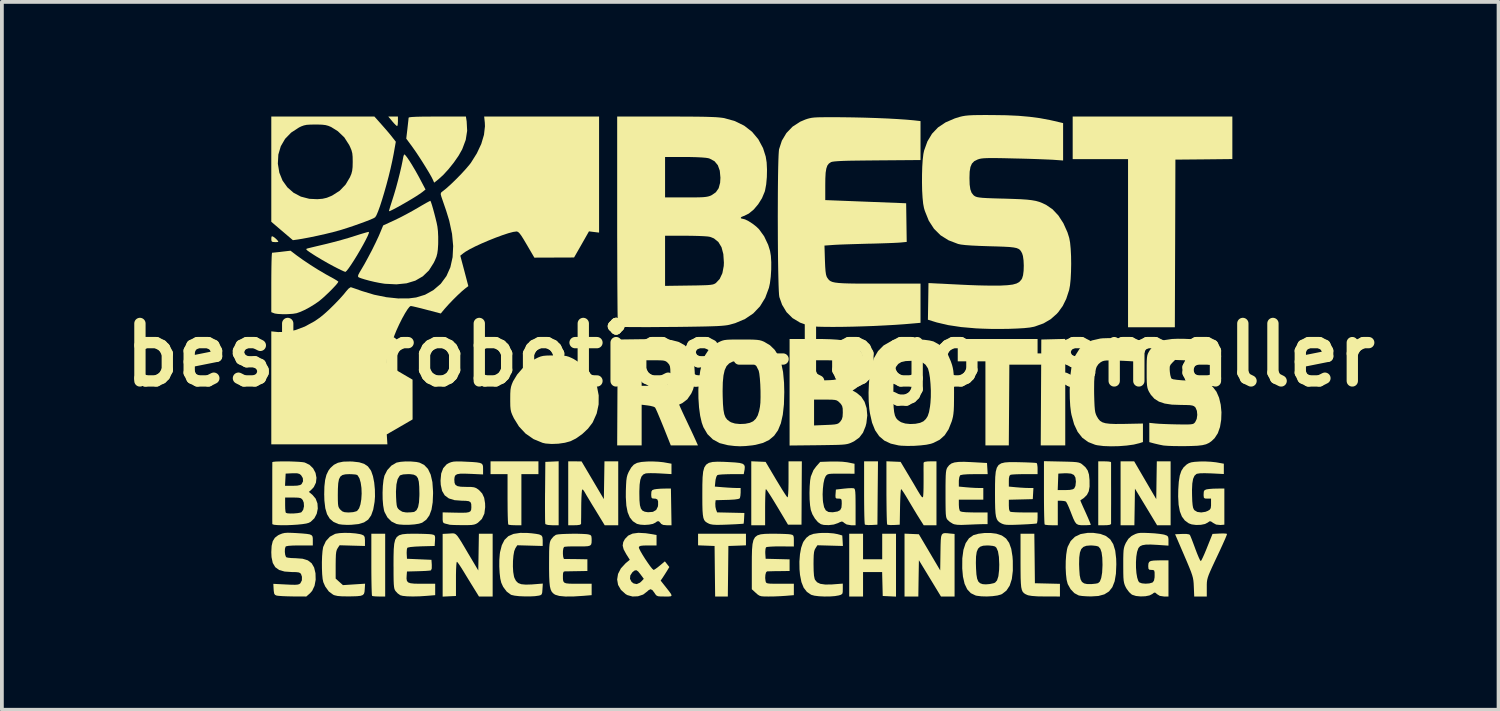
<source format=kicad_pcb>
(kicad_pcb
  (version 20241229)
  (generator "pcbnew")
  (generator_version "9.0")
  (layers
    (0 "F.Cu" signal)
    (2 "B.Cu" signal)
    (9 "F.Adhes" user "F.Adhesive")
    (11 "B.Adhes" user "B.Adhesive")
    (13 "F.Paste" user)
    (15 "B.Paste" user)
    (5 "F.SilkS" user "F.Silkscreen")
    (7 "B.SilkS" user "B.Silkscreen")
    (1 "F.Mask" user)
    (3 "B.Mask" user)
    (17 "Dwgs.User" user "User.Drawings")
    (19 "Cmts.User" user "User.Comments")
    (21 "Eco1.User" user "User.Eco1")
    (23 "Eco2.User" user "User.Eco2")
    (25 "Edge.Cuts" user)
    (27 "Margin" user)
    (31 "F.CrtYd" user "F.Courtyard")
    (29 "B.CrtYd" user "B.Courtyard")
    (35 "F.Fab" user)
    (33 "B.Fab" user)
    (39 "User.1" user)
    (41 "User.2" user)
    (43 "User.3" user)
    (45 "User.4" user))
  (footprint "best-robotics-logo-smaller"
    (layer "F.Cu")
    (at 16.844 6.362)
    (property "Reference" "best-robotics-logo-smaller" (at 0 0 0) (layer "F.SilkS") (effects (font (size 1.524 1.524) (thickness 0.3))))
    (attr board_only exclude_from_pos_files exclude_from_bom)
    (fp_poly (pts (xy 8.354 2.399) (xy 7.704 2.399) (xy 7.719 -0.409) (xy 8.036 -0.417) (xy 8.354 -0.425)) (stroke (width 0) (type solid)) (fill yes) (layer "F.SilkS"))
    (fp_poly (pts (xy -9.342 -6.195) (xy -9.346 -6.119) (xy -9.357 -6.074) (xy -9.364 -6.068) (xy -9.392 -6.088) (xy -9.444 -6.14) (xy -9.492 -6.195) (xy -9.598 -6.322) (xy -9.342 -6.322)) (stroke (width 0) (type solid)) (fill yes) (layer "F.SilkS"))
    (fp_poly (pts (xy 7.62 0.168) (xy 7.246 0.176) (xy 6.872 0.183) (xy 6.865 1.291) (xy 6.857 2.399) (xy 6.237 2.399) (xy 6.237 0.169) (xy 5.503 0.169) (xy 5.503 -0.423) (xy 7.62 -0.423)) (stroke (width 0) (type solid)) (fill yes) (layer "F.SilkS"))
    (fp_poly (pts (xy 12.785 -5.194) (xy 12.03 -5.186) (xy 11.275 -5.179) (xy 11.268 -2.956) (xy 11.26 -0.734) (xy 10.019 -0.734) (xy 10.019 -5.193) (xy 8.551 -5.193) (xy 8.551 -6.322) (xy 12.785 -6.322)) (stroke (width 0) (type solid)) (fill yes) (layer "F.SilkS"))
    (fp_poly (pts (xy -0.113 5.049) (xy -0.346 5.058) (xy -0.579 5.066) (xy -0.586 5.736) (xy -0.594 6.406) (xy -0.93 6.406) (xy -0.938 5.736) (xy -0.945 5.066) (xy -1.383 5.049) (xy -1.383 4.741) (xy -0.113 4.741)) (stroke (width 0) (type solid)) (fill yes) (layer "F.SilkS"))
    (fp_poly (pts (xy 2.992 5.419) (xy 3.5 5.419) (xy 3.5 4.741) (xy 3.866 4.741) (xy 3.866 6.409) (xy 3.514 6.392) (xy 3.498 5.757) (xy 2.992 5.757) (xy 2.992 6.406) (xy 2.625 6.406) (xy 2.625 4.741) (xy 2.992 4.741)) (stroke (width 0) (type solid)) (fill yes) (layer "F.SilkS"))
    (fp_poly (pts (xy -12.65 -3.136) (xy -12.593 -3.095) (xy -12.547 -3.051) (xy -12.515 -3.012) (xy -12.52 -2.995) (xy -12.571 -2.992) (xy -12.597 -2.992) (xy -12.665 -2.996) (xy -12.694 -3.018) (xy -12.7 -3.071) (xy -12.7 -3.077) (xy -12.695 -3.135) (xy -12.675 -3.147)) (stroke (width 0) (type solid)) (fill yes) (layer "F.SilkS"))
    (fp_poly (pts (xy -9.68 6.406) (xy -9.845 6.406) (xy -9.937 6.403) (xy -10.004 6.396) (xy -10.028 6.388) (xy -10.033 6.356) (xy -10.037 6.274) (xy -10.041 6.151) (xy -10.044 5.994) (xy -10.046 5.808) (xy -10.047 5.603) (xy -10.047 5.555) (xy -10.047 4.741) (xy -9.68 4.741)) (stroke (width 0) (type solid)) (fill yes) (layer "F.SilkS"))
    (fp_poly (pts (xy 10.474 3.323) (xy 10.767 3.824) (xy 10.774 3.323) (xy 10.782 2.822) (xy 11.148 2.822) (xy 11.148 4.516) (xy 10.789 4.516) (xy 10.496 4.031) (xy 10.202 3.546) (xy 10.195 4.031) (xy 10.187 4.516) (xy 9.821 4.516) (xy 9.821 2.822) (xy 10.182 2.822)) (stroke (width 0) (type solid)) (fill yes) (layer "F.SilkS"))
    (fp_poly (pts (xy -5.08 4.516) (xy -5.25 4.516) (xy -5.362 4.509) (xy -5.424 4.491) (xy -5.434 4.48) (xy -5.437 4.443) (xy -5.44 4.358) (xy -5.441 4.231) (xy -5.442 4.07) (xy -5.442 3.883) (xy -5.441 3.677) (xy -5.44 3.64) (xy -5.433 2.836) (xy -5.256 2.828) (xy -5.08 2.82)) (stroke (width 0) (type solid)) (fill yes) (layer "F.SilkS"))
    (fp_poly (pts (xy 3.38 3.662) (xy 3.373 4.501) (xy 3.216 4.51) (xy 3.127 4.511) (xy 3.061 4.505) (xy 3.04 4.498) (xy 3.035 4.466) (xy 3.03 4.384) (xy 3.026 4.261) (xy 3.023 4.102) (xy 3.021 3.916) (xy 3.02 3.71) (xy 3.02 3.65) (xy 3.02 2.822) (xy 3.388 2.822)) (stroke (width 0) (type solid)) (fill yes) (layer "F.SilkS"))
    (fp_poly (pts (xy -5.616 3.161) (xy -6.068 3.161) (xy -6.068 4.516) (xy -6.232 4.516) (xy -6.324 4.513) (xy -6.392 4.505) (xy -6.416 4.497) (xy -6.421 4.464) (xy -6.426 4.384) (xy -6.43 4.263) (xy -6.433 4.11) (xy -6.434 3.933) (xy -6.435 3.819) (xy -6.435 3.161) (xy -6.886 3.161) (xy -6.886 2.822) (xy -5.616 2.822)) (stroke (width 0) (type solid)) (fill yes) (layer "F.SilkS"))
    (fp_poly (pts (xy 5.227 4.728) (xy 5.299 4.736) (xy 5.419 4.747) (xy 5.419 6.406) (xy 5.058 6.406) (xy 4.766 5.925) (xy 4.473 5.443) (xy 4.465 5.925) (xy 4.458 6.406) (xy 4.092 6.406) (xy 4.092 4.739) (xy 4.282 4.747) (xy 4.472 4.755) (xy 4.755 5.234) (xy 5.038 5.713) (xy 5.045 5.231) (xy 5.048 5.048) (xy 5.053 4.914) (xy 5.062 4.822) (xy 5.081 4.765) (xy 5.112 4.735) (xy 5.16 4.725)) (stroke (width 0) (type solid)) (fill yes) (layer "F.SilkS"))
    (fp_poly (pts (xy 7.542 5.397) (xy 7.549 6.054) (xy 7.881 6.062) (xy 8.213 6.07) (xy 8.213 6.406) (xy 7.825 6.405) (xy 7.621 6.402) (xy 7.472 6.391) (xy 7.374 6.375) (xy 7.348 6.366) (xy 7.296 6.342) (xy 7.256 6.315) (xy 7.225 6.28) (xy 7.202 6.228) (xy 7.186 6.155) (xy 7.177 6.053) (xy 7.171 5.915) (xy 7.169 5.734) (xy 7.168 5.505) (xy 7.168 5.469) (xy 7.168 4.741) (xy 7.534 4.741)) (stroke (width 0) (type solid)) (fill yes) (layer "F.SilkS"))
    (fp_poly (pts (xy 9.488 2.825) (xy 9.549 2.834) (xy 9.568 2.843) (xy 9.569 2.877) (xy 9.569 2.959) (xy 9.569 3.079) (xy 9.569 3.229) (xy 9.569 3.401) (xy 9.57 3.585) (xy 9.57 3.772) (xy 9.57 3.955) (xy 9.569 4.123) (xy 9.569 4.269) (xy 9.569 4.383) (xy 9.569 4.457) (xy 9.569 4.48) (xy 9.543 4.503) (xy 9.468 4.514) (xy 9.398 4.516) (xy 9.229 4.516) (xy 9.229 2.822) (xy 9.398 2.822)) (stroke (width 0) (type solid)) (fill yes) (layer "F.SilkS"))
    (fp_poly (pts (xy -9.15 -5.302) (xy -9.103 -5.244) (xy -9.039 -5.151) (xy -8.964 -5.031) (xy -8.881 -4.891) (xy -8.796 -4.739) (xy -8.766 -4.683) (xy -8.61 -4.387) (xy -8.7 -4.315) (xy -8.767 -4.268) (xy -8.865 -4.204) (xy -8.984 -4.131) (xy -9.114 -4.054) (xy -9.245 -3.979) (xy -9.367 -3.911) (xy -9.47 -3.857) (xy -9.544 -3.821) (xy -9.578 -3.81) (xy -9.575 -3.835) (xy -9.556 -3.902) (xy -9.525 -4.001) (xy -9.495 -4.095) (xy -9.446 -4.25) (xy -9.392 -4.433) (xy -9.339 -4.63) (xy -9.29 -4.824) (xy -9.249 -5) (xy -9.219 -5.144) (xy -9.212 -5.186) (xy -9.197 -5.263) (xy -9.18 -5.311) (xy -9.175 -5.318)) (stroke (width 0) (type solid)) (fill yes) (layer "F.SilkS"))
    (fp_poly (pts (xy -3.5 4.516) (xy -3.859 4.516) (xy -4.113 4.099) (xy -4.2 3.958) (xy -4.277 3.829) (xy -4.341 3.723) (xy -4.384 3.648) (xy -4.401 3.619) (xy -4.433 3.575) (xy -4.455 3.568) (xy -4.463 3.599) (xy -4.47 3.677) (xy -4.476 3.791) (xy -4.48 3.932) (xy -4.481 4.013) (xy -4.482 4.165) (xy -4.483 4.299) (xy -4.485 4.403) (xy -4.485 4.467) (xy -4.486 4.48) (xy -4.511 4.503) (xy -4.587 4.514) (xy -4.657 4.516) (xy -4.826 4.516) (xy -4.826 2.822) (xy -4.65 2.822) (xy -4.473 2.823) (xy -4.177 3.323) (xy -3.881 3.824) (xy -3.873 3.323) (xy -3.865 2.822) (xy -3.5 2.822)) (stroke (width 0) (type solid)) (fill yes) (layer "F.SilkS"))
    (fp_poly (pts (xy -7.519 -6.192) (xy -7.506 -5.943) (xy -7.544 -5.702) (xy -7.635 -5.459) (xy -7.643 -5.443) (xy -7.736 -5.279) (xy -7.86 -5.101) (xy -8 -4.926) (xy -8.143 -4.77) (xy -8.265 -4.66) (xy -8.381 -4.568) (xy -8.416 -4.648) (xy -8.455 -4.725) (xy -8.519 -4.837) (xy -8.601 -4.972) (xy -8.693 -5.12) (xy -8.788 -5.267) (xy -8.879 -5.403) (xy -8.959 -5.516) (xy -8.966 -5.526) (xy -9.121 -5.736) (xy -9.09 -5.998) (xy -9.077 -6.116) (xy -9.066 -6.214) (xy -9.06 -6.277) (xy -9.059 -6.291) (xy -9.036 -6.302) (xy -8.966 -6.31) (xy -8.845 -6.316) (xy -8.674 -6.32) (xy -8.449 -6.321) (xy -8.299 -6.322) (xy -7.539 -6.322)) (stroke (width 0) (type solid)) (fill yes) (layer "F.SilkS"))
    (fp_poly (pts (xy -7.841 4.738) (xy -7.805 4.759) (xy -7.766 4.799) (xy -7.72 4.864) (xy -7.659 4.96) (xy -7.58 5.092) (xy -7.478 5.266) (xy -7.462 5.292) (xy -7.211 5.715) (xy -7.203 5.228) (xy -7.195 4.741) (xy -6.83 4.741) (xy -6.83 6.406) (xy -7.193 6.406) (xy -7.319 6.202) (xy -7.393 6.082) (xy -7.481 5.939) (xy -7.568 5.796) (xy -7.599 5.745) (xy -7.665 5.639) (xy -7.721 5.554) (xy -7.762 5.499) (xy -7.778 5.484) (xy -7.787 5.507) (xy -7.794 5.58) (xy -7.8 5.693) (xy -7.803 5.84) (xy -7.803 5.934) (xy -7.803 6.392) (xy -8.156 6.409) (xy -8.156 4.746) (xy -7.984 4.737) (xy -7.925 4.733) (xy -7.879 4.731)) (stroke (width 0) (type solid)) (fill yes) (layer "F.SilkS"))
    (fp_poly (pts (xy 0.218 2.828) (xy 0.408 2.836) (xy 0.684 3.302) (xy 0.772 3.447) (xy 0.85 3.575) (xy 0.916 3.678) (xy 0.963 3.748) (xy 0.987 3.777) (xy 0.988 3.777) (xy 0.999 3.754) (xy 1.007 3.677) (xy 1.013 3.551) (xy 1.016 3.379) (xy 1.016 3.304) (xy 1.016 2.822) (xy 1.192 2.822) (xy 1.369 2.822) (xy 1.364 3.662) (xy 1.36 4.501) (xy 1.002 4.501) (xy 0.72 4.029) (xy 0.632 3.884) (xy 0.553 3.756) (xy 0.487 3.654) (xy 0.441 3.586) (xy 0.417 3.557) (xy 0.416 3.557) (xy 0.409 3.583) (xy 0.403 3.657) (xy 0.399 3.769) (xy 0.396 3.91) (xy 0.395 4.036) (xy 0.395 4.516) (xy 0.028 4.516) (xy 0.028 2.82)) (stroke (width 0) (type solid)) (fill yes) (layer "F.SilkS"))
    (fp_poly (pts (xy -10.111 -3.263) (xy -10.114 -3.229) (xy -10.143 -3.157) (xy -10.193 -3.055) (xy -10.259 -2.931) (xy -10.335 -2.796) (xy -10.417 -2.656) (xy -10.5 -2.521) (xy -10.578 -2.4) (xy -10.646 -2.301) (xy -10.7 -2.232) (xy -10.733 -2.203) (xy -10.736 -2.202) (xy -10.772 -2.215) (xy -10.847 -2.249) (xy -10.948 -2.299) (xy -11.049 -2.351) (xy -11.197 -2.431) (xy -11.359 -2.524) (xy -11.508 -2.613) (xy -11.57 -2.652) (xy -11.677 -2.722) (xy -11.742 -2.768) (xy -11.771 -2.796) (xy -11.77 -2.812) (xy -11.743 -2.823) (xy -11.725 -2.828) (xy -11.668 -2.842) (xy -11.569 -2.866) (xy -11.439 -2.897) (xy -11.291 -2.932) (xy -11.232 -2.946) (xy -11.047 -2.993) (xy -10.843 -3.048) (xy -10.645 -3.105) (xy -10.477 -3.158) (xy -10.473 -3.159) (xy -10.342 -3.201) (xy -10.231 -3.234) (xy -10.152 -3.256) (xy -10.113 -3.263)) (stroke (width 0) (type solid)) (fill yes) (layer "F.SilkS"))
    (fp_poly (pts (xy -12.029 -2.641) (xy -11.859 -2.519) (xy -11.659 -2.385) (xy -11.451 -2.254) (xy -11.252 -2.137) (xy -11.138 -2.074) (xy -11.041 -2.021) (xy -10.966 -1.976) (xy -10.926 -1.947) (xy -10.922 -1.941) (xy -10.942 -1.907) (xy -10.994 -1.844) (xy -11.071 -1.762) (xy -11.162 -1.67) (xy -11.26 -1.577) (xy -11.354 -1.492) (xy -11.436 -1.425) (xy -11.44 -1.421) (xy -11.557 -1.341) (xy -11.695 -1.257) (xy -11.824 -1.189) (xy -11.937 -1.139) (xy -12.029 -1.107) (xy -12.125 -1.091) (xy -12.247 -1.083) (xy -12.29 -1.081) (xy -12.414 -1.081) (xy -12.525 -1.087) (xy -12.604 -1.098) (xy -12.622 -1.104) (xy -12.7 -1.134) (xy -12.7 -1.921) (xy -12.699 -2.126) (xy -12.697 -2.31) (xy -12.694 -2.468) (xy -12.69 -2.592) (xy -12.685 -2.675) (xy -12.68 -2.709) (xy -12.679 -2.71) (xy -12.643 -2.713) (xy -12.565 -2.721) (xy -12.461 -2.732) (xy -12.424 -2.737) (xy -12.19 -2.764)) (stroke (width 0) (type solid)) (fill yes) (layer "F.SilkS"))
    (fp_poly (pts (xy -5.052 0.015) (xy -4.95 0.019) (xy -4.873 0.03) (xy -4.806 0.05) (xy -4.732 0.083) (xy -4.679 0.109) (xy -4.464 0.246) (xy -4.289 0.419) (xy -4.154 0.619) (xy -4.063 0.839) (xy -4.018 1.073) (xy -4.02 1.313) (xy -4.071 1.552) (xy -4.174 1.783) (xy -4.188 1.806) (xy -4.303 1.956) (xy -4.453 2.097) (xy -4.621 2.216) (xy -4.768 2.289) (xy -4.915 2.329) (xy -5.088 2.354) (xy -5.265 2.361) (xy -5.425 2.349) (xy -5.503 2.332) (xy -5.744 2.233) (xy -5.955 2.087) (xy -6.132 1.898) (xy -6.267 1.68) (xy -6.31 1.589) (xy -6.338 1.517) (xy -6.354 1.444) (xy -6.362 1.356) (xy -6.364 1.234) (xy -6.364 1.172) (xy -6.363 1.028) (xy -6.357 0.924) (xy -6.343 0.845) (xy -6.32 0.773) (xy -6.288 0.698) (xy -6.18 0.52) (xy -6.032 0.349) (xy -5.859 0.202) (xy -5.709 0.11) (xy -5.625 0.068) (xy -5.556 0.041) (xy -5.488 0.025) (xy -5.403 0.017) (xy -5.288 0.014) (xy -5.194 0.014)) (stroke (width 0) (type solid)) (fill yes) (layer "F.SilkS"))
    (fp_poly (pts (xy 2.069 4.721) (xy 2.215 4.733) (xy 2.3 4.749) (xy 2.441 4.787) (xy 2.45 4.926) (xy 2.458 5.066) (xy 1.782 5.047) (xy 1.731 5.126) (xy 1.708 5.17) (xy 1.693 5.227) (xy 1.684 5.309) (xy 1.68 5.427) (xy 1.679 5.547) (xy 1.682 5.725) (xy 1.691 5.853) (xy 1.708 5.936) (xy 1.719 5.964) (xy 1.774 6.029) (xy 1.86 6.07) (xy 1.985 6.088) (xy 2.154 6.087) (xy 2.205 6.083) (xy 2.455 6.064) (xy 2.455 6.205) (xy 2.453 6.29) (xy 2.44 6.336) (xy 2.404 6.36) (xy 2.349 6.377) (xy 2.245 6.395) (xy 2.112 6.405) (xy 1.965 6.406) (xy 1.823 6.399) (xy 1.702 6.384) (xy 1.619 6.361) (xy 1.614 6.359) (xy 1.502 6.282) (xy 1.417 6.172) (xy 1.358 6.024) (xy 1.32 5.831) (xy 1.307 5.685) (xy 1.304 5.481) (xy 1.319 5.287) (xy 1.35 5.116) (xy 1.396 4.983) (xy 1.415 4.946) (xy 1.487 4.85) (xy 1.569 4.785) (xy 1.675 4.745) (xy 1.817 4.725) (xy 1.904 4.72)) (stroke (width 0) (type solid)) (fill yes) (layer "F.SilkS"))
    (fp_poly (pts (xy -10.608 4.721) (xy -10.464 4.733) (xy -10.345 4.752) (xy -10.294 4.767) (xy -10.247 4.791) (xy -10.224 4.829) (xy -10.217 4.898) (xy -10.216 4.931) (xy -10.216 5.066) (xy -10.553 5.057) (xy -10.889 5.047) (xy -10.941 5.126) (xy -10.963 5.168) (xy -10.978 5.223) (xy -10.987 5.301) (xy -10.991 5.414) (xy -10.993 5.568) (xy -10.993 5.931) (xy -10.896 6.018) (xy -10.8 6.104) (xy -10.507 6.085) (xy -10.213 6.066) (xy -10.222 6.214) (xy -10.228 6.284) (xy -10.243 6.335) (xy -10.276 6.368) (xy -10.334 6.388) (xy -10.427 6.398) (xy -10.562 6.402) (xy -10.668 6.403) (xy -10.826 6.401) (xy -10.939 6.392) (xy -11.02 6.374) (xy -11.058 6.359) (xy -11.174 6.273) (xy -11.269 6.142) (xy -11.321 6.025) (xy -11.339 5.939) (xy -11.351 5.813) (xy -11.357 5.66) (xy -11.358 5.497) (xy -11.353 5.34) (xy -11.342 5.202) (xy -11.326 5.1) (xy -11.322 5.087) (xy -11.252 4.936) (xy -11.146 4.82) (xy -11.011 4.747) (xy -10.991 4.741) (xy -10.891 4.725) (xy -10.757 4.718)) (stroke (width 0) (type solid)) (fill yes) (layer "F.SilkS"))
    (fp_poly (pts (xy -8.465 -4.051) (xy -8.439 -3.973) (xy -8.408 -3.866) (xy -8.375 -3.744) (xy -8.343 -3.619) (xy -8.315 -3.504) (xy -8.297 -3.413) (xy -8.295 -3.404) (xy -8.281 -3.285) (xy -8.274 -3.135) (xy -8.274 -2.982) (xy -8.275 -2.931) (xy -8.284 -2.793) (xy -8.298 -2.691) (xy -8.321 -2.603) (xy -8.36 -2.51) (xy -8.393 -2.442) (xy -8.52 -2.241) (xy -8.683 -2.084) (xy -8.88 -1.97) (xy -9.113 -1.899) (xy -9.381 -1.872) (xy -9.686 -1.887) (xy -9.728 -1.893) (xy -9.837 -1.911) (xy -9.966 -1.937) (xy -10.1 -1.969) (xy -10.224 -2.003) (xy -10.323 -2.034) (xy -10.383 -2.058) (xy -10.384 -2.059) (xy -10.401 -2.081) (xy -10.394 -2.121) (xy -10.359 -2.189) (xy -10.323 -2.249) (xy -10.232 -2.404) (xy -10.131 -2.589) (xy -10.027 -2.786) (xy -9.932 -2.979) (xy -9.852 -3.15) (xy -9.822 -3.22) (xy -9.733 -3.434) (xy -9.439 -3.569) (xy -9.293 -3.64) (xy -9.122 -3.729) (xy -8.949 -3.824) (xy -8.817 -3.9) (xy -8.696 -3.971) (xy -8.595 -4.029) (xy -8.52 -4.069) (xy -8.483 -4.087) (xy -8.481 -4.087)) (stroke (width 0) (type solid)) (fill yes) (layer "F.SilkS"))
    (fp_poly (pts (xy -5.92 4.72) (xy -5.794 4.73) (xy -5.682 4.744) (xy -5.601 4.759) (xy -5.581 4.766) (xy -5.533 4.791) (xy -5.511 4.829) (xy -5.504 4.899) (xy -5.503 4.931) (xy -5.503 5.066) (xy -6.176 5.047) (xy -6.227 5.125) (xy -6.258 5.203) (xy -6.279 5.321) (xy -6.291 5.463) (xy -6.293 5.613) (xy -6.285 5.754) (xy -6.265 5.871) (xy -6.253 5.912) (xy -6.211 5.993) (xy -6.154 6.048) (xy -6.07 6.08) (xy -5.952 6.091) (xy -5.79 6.086) (xy -5.752 6.083) (xy -5.5 6.063) (xy -5.509 6.214) (xy -5.516 6.301) (xy -5.531 6.349) (xy -5.563 6.371) (xy -5.602 6.382) (xy -5.709 6.397) (xy -5.843 6.404) (xy -5.988 6.403) (xy -6.129 6.397) (xy -6.249 6.383) (xy -6.332 6.364) (xy -6.345 6.359) (xy -6.457 6.276) (xy -6.551 6.151) (xy -6.602 6.04) (xy -6.628 5.929) (xy -6.645 5.78) (xy -6.654 5.611) (xy -6.653 5.44) (xy -6.641 5.284) (xy -6.634 5.229) (xy -6.587 5.045) (xy -6.516 4.905) (xy -6.414 4.806) (xy -6.277 4.746) (xy -6.1 4.719)) (stroke (width 0) (type solid)) (fill yes) (layer "F.SilkS"))
    (fp_poly (pts (xy 12.616 4.738) (xy 12.644 4.746) (xy 12.644 4.746) (xy 12.631 4.788) (xy 12.593 4.88) (xy 12.531 5.019) (xy 12.445 5.206) (xy 12.418 5.263) (xy 12.324 5.463) (xy 12.251 5.619) (xy 12.197 5.74) (xy 12.158 5.833) (xy 12.133 5.906) (xy 12.118 5.967) (xy 12.11 6.024) (xy 12.107 6.085) (xy 12.107 6.156) (xy 12.107 6.17) (xy 12.107 6.406) (xy 11.774 6.406) (xy 11.763 6.145) (xy 11.759 6.058) (xy 11.752 5.984) (xy 11.74 5.914) (xy 11.719 5.838) (xy 11.688 5.748) (xy 11.642 5.632) (xy 11.58 5.483) (xy 11.51 5.32) (xy 11.267 4.755) (xy 11.452 4.747) (xy 11.57 4.747) (xy 11.639 4.759) (xy 11.66 4.775) (xy 11.678 4.815) (xy 11.711 4.896) (xy 11.753 5.007) (xy 11.801 5.136) (xy 11.803 5.143) (xy 11.851 5.268) (xy 11.894 5.371) (xy 11.927 5.44) (xy 11.948 5.467) (xy 11.949 5.467) (xy 11.968 5.439) (xy 12.003 5.368) (xy 12.049 5.265) (xy 12.102 5.138) (xy 12.116 5.102) (xy 12.259 4.746) (xy 12.451 4.736) (xy 12.547 4.734)) (stroke (width 0) (type solid)) (fill yes) (layer "F.SilkS"))
    (fp_poly (pts (xy 3.988 2.836) (xy 4.157 3.119) (xy 4.24 3.258) (xy 4.328 3.405) (xy 4.406 3.539) (xy 4.446 3.607) (xy 4.509 3.71) (xy 4.551 3.766) (xy 4.576 3.776) (xy 4.582 3.768) (xy 4.588 3.724) (xy 4.593 3.636) (xy 4.596 3.514) (xy 4.597 3.369) (xy 4.597 3.308) (xy 4.597 3.158) (xy 4.596 3.028) (xy 4.597 2.927) (xy 4.597 2.868) (xy 4.598 2.857) (xy 4.625 2.835) (xy 4.703 2.824) (xy 4.77 2.822) (xy 4.939 2.822) (xy 4.939 4.516) (xy 4.6 4.516) (xy 4.479 4.325) (xy 4.413 4.219) (xy 4.331 4.083) (xy 4.245 3.939) (xy 4.19 3.846) (xy 4.123 3.734) (xy 4.065 3.642) (xy 4.022 3.58) (xy 4.001 3.557) (xy 3.994 3.583) (xy 3.987 3.657) (xy 3.981 3.769) (xy 3.976 3.909) (xy 3.973 4.029) (xy 3.965 4.501) (xy 3.809 4.51) (xy 3.719 4.511) (xy 3.654 4.505) (xy 3.632 4.498) (xy 3.627 4.466) (xy 3.623 4.384) (xy 3.619 4.261) (xy 3.616 4.102) (xy 3.614 3.916) (xy 3.612 3.709) (xy 3.612 3.649) (xy 3.612 2.82)) (stroke (width 0) (type solid)) (fill yes) (layer "F.SilkS"))
    (fp_poly (pts (xy 0.774 4.743) (xy 0.905 4.747) (xy 1.008 4.752) (xy 1.069 4.759) (xy 1.12 4.772) (xy 1.146 4.797) (xy 1.156 4.848) (xy 1.157 4.928) (xy 1.157 5.08) (xy 0.802 5.077) (xy 0.664 5.078) (xy 0.547 5.083) (xy 0.462 5.09) (xy 0.42 5.1) (xy 0.419 5.101) (xy 0.405 5.144) (xy 0.399 5.22) (xy 0.4 5.267) (xy 0.409 5.405) (xy 1.044 5.421) (xy 1.044 5.729) (xy 0.762 5.733) (xy 0.639 5.734) (xy 0.535 5.737) (xy 0.465 5.739) (xy 0.445 5.74) (xy 0.419 5.768) (xy 0.402 5.832) (xy 0.397 5.915) (xy 0.407 5.998) (xy 0.408 6.001) (xy 0.416 6.028) (xy 0.433 6.047) (xy 0.466 6.058) (xy 0.526 6.065) (xy 0.622 6.067) (xy 0.764 6.068) (xy 0.791 6.068) (xy 1.157 6.068) (xy 1.157 6.37) (xy 0.941 6.388) (xy 0.8 6.397) (xy 0.638 6.404) (xy 0.489 6.406) (xy 0.372 6.405) (xy 0.295 6.399) (xy 0.241 6.382) (xy 0.194 6.351) (xy 0.148 6.31) (xy 0.042 6.213) (xy 0.042 5.594) (xy 0.043 5.353) (xy 0.048 5.162) (xy 0.061 5.016) (xy 0.086 4.908) (xy 0.128 4.833) (xy 0.19 4.785) (xy 0.277 4.757) (xy 0.392 4.745) (xy 0.54 4.741) (xy 0.63 4.741)) (stroke (width 0) (type solid)) (fill yes) (layer "F.SilkS"))
    (fp_poly (pts (xy 5.861 2.842) (xy 5.878 2.843) (xy 6.279 2.865) (xy 6.288 3.013) (xy 6.297 3.161) (xy 5.948 3.161) (xy 5.769 3.164) (xy 5.646 3.173) (xy 5.577 3.187) (xy 5.565 3.195) (xy 5.545 3.242) (xy 5.533 3.321) (xy 5.532 3.36) (xy 5.532 3.491) (xy 5.722 3.509) (xy 5.846 3.519) (xy 5.97 3.526) (xy 6.047 3.528) (xy 6.181 3.528) (xy 6.181 3.838) (xy 5.532 3.838) (xy 5.532 3.974) (xy 5.538 4.061) (xy 5.555 4.126) (xy 5.565 4.143) (xy 5.613 4.16) (xy 5.715 4.171) (xy 5.873 4.176) (xy 5.946 4.177) (xy 6.294 4.177) (xy 6.294 4.487) (xy 6.171 4.487) (xy 6.089 4.489) (xy 5.971 4.493) (xy 5.834 4.499) (xy 5.755 4.502) (xy 5.599 4.508) (xy 5.489 4.504) (xy 5.412 4.491) (xy 5.376 4.478) (xy 5.296 4.429) (xy 5.235 4.375) (xy 5.217 4.351) (xy 5.203 4.322) (xy 5.193 4.278) (xy 5.186 4.213) (xy 5.182 4.119) (xy 5.18 3.988) (xy 5.179 3.814) (xy 5.179 3.686) (xy 5.179 3.479) (xy 5.181 3.32) (xy 5.184 3.203) (xy 5.19 3.119) (xy 5.199 3.059) (xy 5.211 3.018) (xy 5.227 2.986) (xy 5.23 2.981) (xy 5.278 2.921) (xy 5.337 2.878) (xy 5.416 2.851) (xy 5.524 2.837) (xy 5.669 2.834)) (stroke (width 0) (type solid)) (fill yes) (layer "F.SilkS"))
    (fp_poly (pts (xy 6.527 4.74) (xy 6.672 4.788) (xy 6.784 4.868) (xy 6.866 4.984) (xy 6.922 5.141) (xy 6.955 5.345) (xy 6.963 5.458) (xy 6.964 5.724) (xy 6.937 5.943) (xy 6.881 6.117) (xy 6.795 6.248) (xy 6.68 6.338) (xy 6.652 6.352) (xy 6.555 6.379) (xy 6.423 6.397) (xy 6.275 6.405) (xy 6.129 6.401) (xy 6.007 6.386) (xy 5.972 6.377) (xy 5.849 6.317) (xy 5.754 6.215) (xy 5.685 6.07) (xy 5.641 5.878) (xy 5.622 5.662) (xy 5.623 5.514) (xy 5.984 5.514) (xy 5.988 5.657) (xy 5.998 5.818) (xy 6.017 5.932) (xy 6.048 6.008) (xy 6.095 6.053) (xy 6.162 6.078) (xy 6.249 6.084) (xy 6.355 6.075) (xy 6.452 6.054) (xy 6.493 6.038) (xy 6.545 5.979) (xy 6.581 5.867) (xy 6.6 5.702) (xy 6.604 5.56) (xy 6.595 5.357) (xy 6.57 5.209) (xy 6.529 5.114) (xy 6.492 5.08) (xy 6.434 5.064) (xy 6.344 5.054) (xy 6.281 5.052) (xy 6.176 5.059) (xy 6.097 5.086) (xy 6.042 5.138) (xy 6.006 5.223) (xy 5.988 5.346) (xy 5.984 5.514) (xy 5.623 5.514) (xy 5.624 5.392) (xy 5.654 5.168) (xy 5.713 4.991) (xy 5.801 4.862) (xy 5.915 4.781) (xy 5.921 4.778) (xy 6.051 4.742) (xy 6.212 4.722) (xy 6.381 4.722)) (stroke (width 0) (type solid)) (fill yes) (layer "F.SilkS"))
    (fp_poly (pts (xy -8.735 4.743) (xy -8.604 4.747) (xy -8.5 4.752) (xy -8.441 4.759) (xy -8.388 4.773) (xy -8.363 4.796) (xy -8.356 4.846) (xy -8.359 4.922) (xy -8.368 5.066) (xy -8.72 5.075) (xy -8.889 5.083) (xy -9.01 5.094) (xy -9.079 5.108) (xy -9.095 5.118) (xy -9.106 5.164) (xy -9.11 5.243) (xy -9.109 5.278) (xy -9.102 5.405) (xy -8.777 5.419) (xy -8.453 5.433) (xy -8.444 5.567) (xy -8.445 5.664) (xy -8.465 5.71) (xy -8.472 5.714) (xy -8.514 5.72) (xy -8.6 5.727) (xy -8.714 5.732) (xy -8.805 5.735) (xy -9.102 5.743) (xy -9.11 5.848) (xy -9.114 5.932) (xy -9.103 5.992) (xy -9.071 6.031) (xy -9.008 6.054) (xy -8.907 6.065) (xy -8.759 6.068) (xy -8.706 6.068) (xy -8.354 6.068) (xy -8.354 6.37) (xy -8.57 6.388) (xy -8.767 6.401) (xy -8.947 6.405) (xy -9.1 6.401) (xy -9.215 6.389) (xy -9.282 6.371) (xy -9.35 6.322) (xy -9.404 6.263) (xy -9.422 6.235) (xy -9.436 6.199) (xy -9.445 6.149) (xy -9.452 6.075) (xy -9.456 5.971) (xy -9.458 5.828) (xy -9.458 5.638) (xy -9.459 5.58) (xy -9.458 5.341) (xy -9.453 5.152) (xy -9.44 5.008) (xy -9.415 4.902) (xy -9.373 4.829) (xy -9.31 4.782) (xy -9.223 4.756) (xy -9.106 4.744) (xy -8.956 4.741) (xy -8.878 4.741)) (stroke (width 0) (type solid)) (fill yes) (layer "F.SilkS"))
    (fp_poly (pts (xy 9.102 4.719) (xy 9.287 4.746) (xy 9.434 4.802) (xy 9.547 4.891) (xy 9.627 5.019) (xy 9.679 5.188) (xy 9.704 5.402) (xy 9.708 5.551) (xy 9.698 5.801) (xy 9.664 6.002) (xy 9.603 6.158) (xy 9.513 6.272) (xy 9.391 6.349) (xy 9.233 6.392) (xy 9.037 6.404) (xy 9.032 6.404) (xy 8.91 6.4) (xy 8.8 6.392) (xy 8.722 6.38) (xy 8.709 6.377) (xy 8.596 6.317) (xy 8.496 6.212) (xy 8.421 6.078) (xy 8.418 6.07) (xy 8.39 5.961) (xy 8.373 5.813) (xy 8.365 5.642) (xy 8.366 5.547) (xy 8.721 5.547) (xy 8.726 5.686) (xy 8.737 5.842) (xy 8.76 5.95) (xy 8.797 6.019) (xy 8.854 6.058) (xy 8.928 6.075) (xy 9.043 6.077) (xy 9.163 6.065) (xy 9.223 6.052) (xy 9.272 6.008) (xy 9.308 5.914) (xy 9.332 5.773) (xy 9.341 5.591) (xy 9.342 5.565) (xy 9.336 5.375) (xy 9.317 5.236) (xy 9.285 5.141) (xy 9.238 5.086) (xy 9.228 5.079) (xy 9.171 5.064) (xy 9.082 5.054) (xy 9.019 5.052) (xy 8.914 5.061) (xy 8.834 5.091) (xy 8.778 5.148) (xy 8.743 5.24) (xy 8.725 5.371) (xy 8.721 5.547) (xy 8.366 5.547) (xy 8.367 5.464) (xy 8.379 5.297) (xy 8.401 5.155) (xy 8.419 5.088) (xy 8.498 4.934) (xy 8.612 4.821) (xy 8.762 4.75) (xy 8.951 4.718)) (stroke (width 0) (type solid)) (fill yes) (layer "F.SilkS"))
    (fp_poly (pts (xy 7.051 2.843) (xy 7.15 2.845) (xy 7.3 2.849) (xy 7.429 2.854) (xy 7.528 2.859) (xy 7.587 2.865) (xy 7.597 2.868) (xy 7.61 2.902) (xy 7.619 2.973) (xy 7.62 3.021) (xy 7.62 3.161) (xy 7.284 3.161) (xy 7.148 3.162) (xy 7.03 3.166) (xy 6.944 3.172) (xy 6.903 3.178) (xy 6.874 3.207) (xy 6.86 3.274) (xy 6.858 3.343) (xy 6.858 3.491) (xy 7.048 3.509) (xy 7.173 3.519) (xy 7.297 3.526) (xy 7.375 3.528) (xy 7.51 3.528) (xy 7.493 3.824) (xy 7.176 3.832) (xy 6.858 3.84) (xy 6.858 3.991) (xy 6.863 4.089) (xy 6.881 4.143) (xy 6.903 4.16) (xy 6.947 4.166) (xy 7.036 4.172) (xy 7.154 4.176) (xy 7.284 4.177) (xy 7.62 4.177) (xy 7.62 4.316) (xy 7.616 4.399) (xy 7.606 4.456) (xy 7.599 4.468) (xy 7.564 4.474) (xy 7.484 4.481) (xy 7.369 4.489) (xy 7.229 4.496) (xy 7.168 4.499) (xy 7.002 4.505) (xy 6.881 4.507) (xy 6.795 4.504) (xy 6.734 4.495) (xy 6.687 4.479) (xy 6.666 4.47) (xy 6.612 4.439) (xy 6.57 4.403) (xy 6.54 4.355) (xy 6.518 4.288) (xy 6.504 4.194) (xy 6.496 4.066) (xy 6.492 3.896) (xy 6.491 3.677) (xy 6.491 3.668) (xy 6.492 3.429) (xy 6.497 3.24) (xy 6.511 3.097) (xy 6.539 2.992) (xy 6.585 2.92) (xy 6.655 2.875) (xy 6.753 2.851) (xy 6.883 2.842)) (stroke (width 0) (type solid)) (fill yes) (layer "F.SilkS"))
    (fp_poly (pts (xy -0.692 2.835) (xy -0.57 2.841) (xy -0.401 2.851) (xy -0.281 2.864) (xy -0.203 2.885) (xy -0.16 2.917) (xy -0.144 2.964) (xy -0.148 3.03) (xy -0.154 3.065) (xy -0.172 3.161) (xy -0.502 3.161) (xy -0.636 3.164) (xy -0.751 3.169) (xy -0.834 3.177) (xy -0.872 3.187) (xy -0.897 3.227) (xy -0.918 3.303) (xy -0.924 3.351) (xy -0.938 3.491) (xy -0.719 3.509) (xy -0.593 3.518) (xy -0.471 3.525) (xy -0.379 3.528) (xy -0.377 3.528) (xy -0.254 3.528) (xy -0.254 3.648) (xy -0.26 3.731) (xy -0.272 3.791) (xy -0.277 3.802) (xy -0.318 3.82) (xy -0.414 3.834) (xy -0.564 3.843) (xy -0.608 3.844) (xy -0.917 3.852) (xy -0.926 3.939) (xy -0.922 4.029) (xy -0.906 4.1) (xy -0.877 4.175) (xy -0.516 4.183) (xy -0.155 4.191) (xy -0.162 4.329) (xy -0.167 4.411) (xy -0.173 4.464) (xy -0.176 4.475) (xy -0.205 4.478) (xy -0.281 4.483) (xy -0.392 4.49) (xy -0.53 4.496) (xy -0.593 4.499) (xy -0.767 4.505) (xy -0.895 4.506) (xy -0.987 4.501) (xy -1.051 4.49) (xy -1.09 4.477) (xy -1.145 4.449) (xy -1.188 4.419) (xy -1.22 4.379) (xy -1.242 4.321) (xy -1.256 4.239) (xy -1.265 4.124) (xy -1.269 3.971) (xy -1.27 3.77) (xy -1.27 3.684) (xy -1.269 3.439) (xy -1.263 3.244) (xy -1.248 3.095) (xy -1.218 2.985) (xy -1.169 2.91) (xy -1.097 2.862) (xy -0.997 2.838) (xy -0.863 2.831)) (stroke (width 0) (type solid)) (fill yes) (layer "F.SilkS"))
    (fp_poly (pts (xy 9.698 -0.438) (xy 9.898 -0.419) (xy 10.087 -0.392) (xy 10.244 -0.359) (xy 10.266 -0.352) (xy 10.414 -0.308) (xy 10.414 0.204) (xy 10.336 0.187) (xy 10.282 0.18) (xy 10.182 0.172) (xy 10.051 0.164) (xy 9.899 0.156) (xy 9.821 0.153) (xy 9.653 0.147) (xy 9.532 0.145) (xy 9.446 0.147) (xy 9.387 0.154) (xy 9.343 0.167) (xy 9.305 0.187) (xy 9.293 0.194) (xy 9.233 0.245) (xy 9.186 0.315) (xy 9.153 0.412) (xy 9.132 0.541) (xy 9.121 0.709) (xy 9.119 0.924) (xy 9.12 1.038) (xy 9.125 1.218) (xy 9.131 1.352) (xy 9.139 1.449) (xy 9.15 1.521) (xy 9.167 1.576) (xy 9.188 1.623) (xy 9.23 1.694) (xy 9.277 1.748) (xy 9.338 1.786) (xy 9.42 1.811) (xy 9.533 1.825) (xy 9.683 1.831) (xy 9.88 1.829) (xy 9.927 1.829) (xy 10.414 1.819) (xy 10.414 2.31) (xy 10.322 2.34) (xy 10.17 2.377) (xy 9.982 2.403) (xy 9.775 2.419) (xy 9.565 2.423) (xy 9.369 2.416) (xy 9.203 2.395) (xy 9.146 2.382) (xy 8.96 2.309) (xy 8.806 2.196) (xy 8.683 2.04) (xy 8.589 1.84) (xy 8.52 1.592) (xy 8.506 1.52) (xy 8.486 1.354) (xy 8.475 1.156) (xy 8.472 0.941) (xy 8.479 0.724) (xy 8.493 0.52) (xy 8.516 0.346) (xy 8.538 0.24) (xy 8.62 0.016) (xy 8.732 -0.161) (xy 8.878 -0.293) (xy 9.06 -0.384) (xy 9.28 -0.434) (xy 9.346 -0.441) (xy 9.507 -0.446)) (stroke (width 0) (type solid)) (fill yes) (layer "F.SilkS"))
    (fp_poly (pts (xy 12.22 2.833) (xy 12.349 2.847) (xy 12.368 2.85) (xy 12.559 2.884) (xy 12.559 3.158) (xy 12.226 3.141) (xy 12.049 3.136) (xy 11.924 3.139) (xy 11.848 3.151) (xy 11.832 3.157) (xy 11.78 3.205) (xy 11.744 3.287) (xy 11.723 3.409) (xy 11.715 3.577) (xy 11.717 3.73) (xy 11.722 3.878) (xy 11.731 3.98) (xy 11.743 4.048) (xy 11.762 4.093) (xy 11.78 4.118) (xy 11.855 4.163) (xy 11.959 4.177) (xy 12.072 4.16) (xy 12.137 4.134) (xy 12.187 4.102) (xy 12.212 4.061) (xy 12.22 3.992) (xy 12.22 3.95) (xy 12.22 3.81) (xy 12.121 3.81) (xy 12.058 3.807) (xy 12.03 3.785) (xy 12.023 3.73) (xy 12.023 3.698) (xy 12.028 3.623) (xy 12.05 3.585) (xy 12.1 3.565) (xy 12.168 3.555) (xy 12.27 3.547) (xy 12.375 3.544) (xy 12.573 3.542) (xy 12.573 4.501) (xy 12.468 4.51) (xy 12.355 4.498) (xy 12.278 4.456) (xy 12.22 4.416) (xy 12.184 4.41) (xy 12.148 4.434) (xy 12.137 4.443) (xy 12.06 4.483) (xy 11.95 4.505) (xy 11.825 4.509) (xy 11.707 4.494) (xy 11.628 4.465) (xy 11.524 4.389) (xy 11.447 4.286) (xy 11.393 4.149) (xy 11.36 3.973) (xy 11.348 3.753) (xy 11.351 3.571) (xy 11.365 3.361) (xy 11.391 3.198) (xy 11.433 3.073) (xy 11.494 2.978) (xy 11.575 2.904) (xy 11.632 2.87) (xy 11.696 2.848) (xy 11.784 2.835) (xy 11.91 2.827) (xy 11.924 2.826) (xy 12.068 2.825)) (stroke (width 0) (type solid)) (fill yes) (layer "F.SilkS"))
    (fp_poly (pts (xy -10.546 2.827) (xy -10.37 2.847) (xy -10.238 2.888) (xy -10.139 2.955) (xy -10.065 3.055) (xy -10.048 3.088) (xy -10.004 3.216) (xy -9.971 3.382) (xy -9.953 3.568) (xy -9.95 3.756) (xy -9.961 3.898) (xy -9.997 4.101) (xy -10.052 4.255) (xy -10.131 4.367) (xy -10.241 4.441) (xy -10.387 4.485) (xy -10.577 4.504) (xy -10.582 4.505) (xy -10.707 4.506) (xy -10.822 4.5) (xy -10.907 4.488) (xy -10.921 4.484) (xy -11.051 4.427) (xy -11.15 4.342) (xy -11.222 4.223) (xy -11.268 4.065) (xy -11.292 3.862) (xy -11.296 3.716) (xy -10.936 3.716) (xy -10.935 3.855) (xy -10.931 3.95) (xy -10.922 4.013) (xy -10.905 4.056) (xy -10.879 4.092) (xy -10.867 4.104) (xy -10.817 4.148) (xy -10.758 4.17) (xy -10.669 4.177) (xy -10.641 4.177) (xy -10.529 4.169) (xy -10.444 4.146) (xy -10.423 4.135) (xy -10.372 4.069) (xy -10.336 3.963) (xy -10.313 3.828) (xy -10.304 3.679) (xy -10.309 3.528) (xy -10.329 3.388) (xy -10.362 3.273) (xy -10.409 3.196) (xy -10.425 3.182) (xy -10.468 3.171) (xy -10.549 3.164) (xy -10.631 3.161) (xy -10.736 3.166) (xy -10.814 3.185) (xy -10.869 3.226) (xy -10.905 3.296) (xy -10.925 3.402) (xy -10.934 3.552) (xy -10.936 3.716) (xy -11.296 3.716) (xy -11.297 3.711) (xy -11.292 3.492) (xy -11.273 3.318) (xy -11.238 3.179) (xy -11.184 3.067) (xy -11.133 2.998) (xy -11.041 2.914) (xy -10.932 2.859) (xy -10.793 2.83) (xy -10.615 2.825)) (stroke (width 0) (type solid)) (fill yes) (layer "F.SilkS"))
    (fp_poly (pts (xy -8.989 2.826) (xy -8.854 2.838) (xy -8.772 2.855) (xy -8.644 2.919) (xy -8.544 3.025) (xy -8.473 3.175) (xy -8.428 3.372) (xy -8.411 3.617) (xy -8.41 3.669) (xy -8.42 3.91) (xy -8.452 4.104) (xy -8.508 4.255) (xy -8.589 4.368) (xy -8.697 4.447) (xy -8.701 4.449) (xy -8.783 4.475) (xy -8.903 4.494) (xy -9.042 4.504) (xy -9.183 4.505) (xy -9.308 4.496) (xy -9.379 4.483) (xy -9.513 4.417) (xy -9.622 4.307) (xy -9.698 4.163) (xy -9.712 4.116) (xy -9.734 3.987) (xy -9.747 3.825) (xy -9.749 3.649) (xy -9.748 3.625) (xy -9.394 3.625) (xy -9.391 3.766) (xy -9.384 3.895) (xy -9.375 3.982) (xy -9.361 4.038) (xy -9.338 4.076) (xy -9.303 4.11) (xy -9.302 4.111) (xy -9.227 4.158) (xy -9.132 4.176) (xy -9.088 4.177) (xy -8.997 4.173) (xy -8.925 4.165) (xy -8.905 4.159) (xy -8.848 4.116) (xy -8.807 4.034) (xy -8.783 3.909) (xy -8.773 3.734) (xy -8.772 3.681) (xy -8.776 3.497) (xy -8.788 3.361) (xy -8.813 3.268) (xy -8.856 3.208) (xy -8.922 3.175) (xy -9.013 3.162) (xy -9.076 3.161) (xy -9.201 3.168) (xy -9.277 3.19) (xy -9.296 3.204) (xy -9.35 3.294) (xy -9.382 3.435) (xy -9.394 3.625) (xy -9.748 3.625) (xy -9.742 3.475) (xy -9.725 3.32) (xy -9.7 3.204) (xy -9.699 3.201) (xy -9.625 3.055) (xy -9.517 2.936) (xy -9.387 2.859) (xy -9.373 2.854) (xy -9.27 2.834) (xy -9.135 2.824)) (stroke (width 0) (type solid)) (fill yes) (layer "F.SilkS"))
    (fp_poly (pts (xy -12.158 4.718) (xy -12.052 4.723) (xy -11.883 4.734) (xy -11.763 4.745) (xy -11.682 4.758) (xy -11.634 4.779) (xy -11.609 4.81) (xy -11.6 4.854) (xy -11.599 4.914) (xy -11.599 5.052) (xy -11.95 5.052) (xy -12.122 5.054) (xy -12.242 5.062) (xy -12.308 5.075) (xy -12.321 5.084) (xy -12.338 5.142) (xy -12.341 5.223) (xy -12.331 5.302) (xy -12.31 5.357) (xy -12.302 5.365) (xy -12.255 5.377) (xy -12.17 5.386) (xy -12.065 5.39) (xy -12.057 5.39) (xy -11.871 5.404) (xy -11.731 5.447) (xy -11.63 5.524) (xy -11.564 5.638) (xy -11.528 5.788) (xy -11.523 5.962) (xy -11.553 6.122) (xy -11.615 6.254) (xy -11.673 6.32) (xy -11.771 6.406) (xy -12.129 6.404) (xy -12.273 6.401) (xy -12.401 6.396) (xy -12.5 6.389) (xy -12.557 6.382) (xy -12.559 6.381) (xy -12.601 6.363) (xy -12.624 6.326) (xy -12.635 6.256) (xy -12.638 6.216) (xy -12.646 6.07) (xy -12.312 6.087) (xy -12.167 6.094) (xy -12.067 6.095) (xy -12.002 6.09) (xy -11.96 6.078) (xy -11.932 6.058) (xy -11.93 6.056) (xy -11.889 5.978) (xy -11.887 5.882) (xy -11.911 5.812) (xy -11.934 5.784) (xy -11.974 5.767) (xy -12.044 5.759) (xy -12.156 5.757) (xy -12.347 5.744) (xy -12.492 5.703) (xy -12.595 5.628) (xy -12.661 5.516) (xy -12.694 5.362) (xy -12.7 5.231) (xy -12.691 5.063) (xy -12.661 4.938) (xy -12.605 4.848) (xy -12.519 4.782) (xy -12.477 4.762) (xy -12.412 4.736) (xy -12.347 4.721) (xy -12.267 4.715)) (stroke (width 0) (type solid)) (fill yes) (layer "F.SilkS"))
    (fp_poly (pts (xy -2.474 -0.416) (xy -2.3 -0.411) (xy -2.165 -0.403) (xy -2.084 -0.394) (xy -1.89 -0.342) (xy -1.736 -0.256) (xy -1.618 -0.133) (xy -1.535 0.029) (xy -1.486 0.233) (xy -1.47 0.482) (xy -1.472 0.594) (xy -1.48 0.733) (xy -1.493 0.834) (xy -1.516 0.917) (xy -1.552 1) (xy -1.567 1.03) (xy -1.669 1.177) (xy -1.803 1.279) (xy -1.884 1.315) (xy -1.875 1.34) (xy -1.846 1.407) (xy -1.8 1.508) (xy -1.742 1.633) (xy -1.705 1.71) (xy -1.634 1.861) (xy -1.565 2.006) (xy -1.506 2.133) (xy -1.463 2.227) (xy -1.452 2.251) (xy -1.386 2.399) (xy -2.106 2.399) (xy -2.3 1.912) (xy -2.364 1.756) (xy -2.422 1.617) (xy -2.47 1.504) (xy -2.506 1.426) (xy -2.525 1.392) (xy -2.567 1.371) (xy -2.646 1.351) (xy -2.716 1.34) (xy -2.879 1.32) (xy -2.879 2.399) (xy -3.528 2.399) (xy -3.52 0.818) (xy -2.879 0.818) (xy -2.554 0.818) (xy -2.411 0.817) (xy -2.313 0.813) (xy -2.249 0.804) (xy -2.207 0.788) (xy -2.175 0.764) (xy -2.173 0.762) (xy -2.143 0.721) (xy -2.125 0.665) (xy -2.118 0.578) (xy -2.117 0.493) (xy -2.119 0.379) (xy -2.128 0.306) (xy -2.148 0.256) (xy -2.183 0.214) (xy -2.186 0.21) (xy -2.22 0.18) (xy -2.257 0.16) (xy -2.31 0.148) (xy -2.39 0.143) (xy -2.511 0.141) (xy -2.567 0.141) (xy -2.879 0.141) (xy -2.879 0.818) (xy -3.52 0.818) (xy -3.514 -0.409) (xy -2.893 -0.417) (xy -2.675 -0.418)) (stroke (width 0) (type solid)) (fill yes) (layer "F.SilkS"))
    (fp_poly (pts (xy -2.432 2.832) (xy -2.302 2.846) (xy -2.279 2.85) (xy -2.088 2.884) (xy -2.088 3.16) (xy -2.395 3.142) (xy -2.528 3.136) (xy -2.648 3.135) (xy -2.737 3.138) (xy -2.775 3.143) (xy -2.838 3.172) (xy -2.884 3.226) (xy -2.915 3.313) (xy -2.933 3.44) (xy -2.94 3.613) (xy -2.94 3.676) (xy -2.937 3.854) (xy -2.925 3.983) (xy -2.9 4.071) (xy -2.859 4.127) (xy -2.798 4.157) (xy -2.713 4.171) (xy -2.704 4.171) (xy -2.58 4.161) (xy -2.494 4.111) (xy -2.449 4.022) (xy -2.443 3.978) (xy -2.443 3.883) (xy -2.463 3.832) (xy -2.508 3.812) (xy -2.543 3.81) (xy -2.595 3.805) (xy -2.619 3.78) (xy -2.625 3.718) (xy -2.625 3.698) (xy -2.62 3.623) (xy -2.597 3.585) (xy -2.547 3.566) (xy -2.477 3.555) (xy -2.376 3.547) (xy -2.286 3.544) (xy -2.103 3.542) (xy -2.087 4.516) (xy -2.215 4.516) (xy -2.306 4.508) (xy -2.359 4.482) (xy -2.377 4.459) (xy -2.421 4.411) (xy -2.468 4.413) (xy -2.515 4.448) (xy -2.581 4.48) (xy -2.682 4.5) (xy -2.799 4.508) (xy -2.912 4.501) (xy -3.002 4.48) (xy -3.008 4.477) (xy -3.113 4.409) (xy -3.193 4.309) (xy -3.25 4.173) (xy -3.285 3.996) (xy -3.299 3.773) (xy -3.298 3.603) (xy -3.292 3.445) (xy -3.285 3.33) (xy -3.273 3.246) (xy -3.255 3.179) (xy -3.229 3.116) (xy -3.217 3.092) (xy -3.154 2.983) (xy -3.087 2.909) (xy -3.002 2.863) (xy -2.886 2.838) (xy -2.728 2.826) (xy -2.583 2.825)) (stroke (width 0) (type solid)) (fill yes) (layer "F.SilkS"))
    (fp_poly (pts (xy -4.577 4.742) (xy -4.446 4.746) (xy -4.342 4.752) (xy -4.293 4.759) (xy -4.24 4.774) (xy -4.214 4.801) (xy -4.206 4.857) (xy -4.205 4.912) (xy -4.207 4.979) (xy -4.218 5.025) (xy -4.248 5.055) (xy -4.304 5.071) (xy -4.396 5.077) (xy -4.531 5.078) (xy -4.606 5.077) (xy -4.732 5.077) (xy -4.839 5.08) (xy -4.911 5.086) (xy -4.936 5.092) (xy -4.955 5.129) (xy -4.966 5.197) (xy -4.967 5.278) (xy -4.96 5.352) (xy -4.945 5.402) (xy -4.932 5.411) (xy -4.89 5.411) (xy -4.806 5.412) (xy -4.692 5.413) (xy -4.607 5.414) (xy -4.318 5.419) (xy -4.318 5.729) (xy -4.593 5.734) (xy -4.717 5.736) (xy -4.823 5.738) (xy -4.897 5.739) (xy -4.918 5.739) (xy -4.95 5.751) (xy -4.964 5.795) (xy -4.967 5.859) (xy -4.966 5.941) (xy -4.958 5.998) (xy -4.933 6.035) (xy -4.884 6.056) (xy -4.801 6.065) (xy -4.676 6.068) (xy -4.569 6.068) (xy -4.205 6.068) (xy -4.205 6.37) (xy -4.421 6.388) (xy -4.689 6.405) (xy -4.903 6.406) (xy -5.063 6.391) (xy -5.168 6.36) (xy -5.182 6.353) (xy -5.23 6.318) (xy -5.266 6.275) (xy -5.293 6.217) (xy -5.312 6.135) (xy -5.324 6.023) (xy -5.331 5.873) (xy -5.334 5.678) (xy -5.334 5.549) (xy -5.333 5.353) (xy -5.332 5.206) (xy -5.328 5.098) (xy -5.321 5.02) (xy -5.311 4.965) (xy -5.297 4.924) (xy -5.277 4.889) (xy -5.221 4.82) (xy -5.156 4.772) (xy -5.149 4.769) (xy -5.092 4.758) (xy -4.992 4.75) (xy -4.864 4.745) (xy -4.721 4.742)) (stroke (width 0) (type solid)) (fill yes) (layer "F.SilkS"))
    (fp_poly (pts (xy 2.447 2.832) (xy 2.569 2.846) (xy 2.601 2.852) (xy 2.766 2.886) (xy 2.766 3.15) (xy 2.409 3.148) (xy 2.262 3.148) (xy 2.16 3.15) (xy 2.094 3.156) (xy 2.052 3.168) (xy 2.024 3.188) (xy 2 3.217) (xy 2 3.217) (xy 1.968 3.29) (xy 1.943 3.404) (xy 1.927 3.545) (xy 1.92 3.698) (xy 1.926 3.849) (xy 1.932 3.906) (xy 1.959 4.039) (xy 2.004 4.122) (xy 2.076 4.165) (xy 2.18 4.172) (xy 2.204 4.17) (xy 2.317 4.151) (xy 2.385 4.115) (xy 2.419 4.049) (xy 2.427 3.948) (xy 2.425 3.865) (xy 2.413 3.825) (xy 2.382 3.811) (xy 2.341 3.81) (xy 2.287 3.807) (xy 2.264 3.786) (xy 2.26 3.733) (xy 2.263 3.69) (xy 2.272 3.57) (xy 2.488 3.545) (xy 2.598 3.535) (xy 2.689 3.532) (xy 2.745 3.536) (xy 2.749 3.537) (xy 2.766 3.55) (xy 2.778 3.58) (xy 2.786 3.634) (xy 2.791 3.721) (xy 2.793 3.848) (xy 2.794 4.023) (xy 2.794 4.035) (xy 2.794 4.516) (xy 2.676 4.516) (xy 2.558 4.496) (xy 2.498 4.459) (xy 2.458 4.426) (xy 2.425 4.418) (xy 2.376 4.435) (xy 2.328 4.459) (xy 2.216 4.497) (xy 2.082 4.513) (xy 1.952 4.508) (xy 1.874 4.488) (xy 1.795 4.433) (xy 1.716 4.34) (xy 1.649 4.226) (xy 1.606 4.109) (xy 1.587 3.989) (xy 1.575 3.832) (xy 1.572 3.657) (xy 1.577 3.483) (xy 1.589 3.329) (xy 1.607 3.225) (xy 1.676 3.056) (xy 1.749 2.957) (xy 1.856 2.836) (xy 2.147 2.826) (xy 2.299 2.826)) (stroke (width 0) (type solid)) (fill yes) (layer "F.SilkS"))
    (fp_poly (pts (xy 8.253 2.827) (xy 8.428 2.831) (xy 8.556 2.836) (xy 8.647 2.843) (xy 8.709 2.854) (xy 8.753 2.869) (xy 8.788 2.89) (xy 8.795 2.895) (xy 8.889 2.977) (xy 8.949 3.064) (xy 8.983 3.172) (xy 8.998 3.319) (xy 8.998 3.326) (xy 8.999 3.492) (xy 8.977 3.617) (xy 8.929 3.712) (xy 8.848 3.793) (xy 8.755 3.854) (xy 8.762 3.88) (xy 8.789 3.944) (xy 8.829 4.035) (xy 8.844 4.067) (xy 8.908 4.208) (xy 8.962 4.331) (xy 9.003 4.428) (xy 9.027 4.49) (xy 9.031 4.505) (xy 9.005 4.51) (xy 8.938 4.514) (xy 8.848 4.516) (xy 8.762 4.514) (xy 8.699 4.504) (xy 8.651 4.478) (xy 8.611 4.427) (xy 8.57 4.344) (xy 8.52 4.219) (xy 8.493 4.149) (xy 8.449 4.04) (xy 8.409 3.952) (xy 8.379 3.898) (xy 8.371 3.888) (xy 8.322 3.873) (xy 8.249 3.867) (xy 8.248 3.867) (xy 8.156 3.866) (xy 8.156 4.516) (xy 7.992 4.516) (xy 7.9 4.513) (xy 7.832 4.505) (xy 7.808 4.497) (xy 7.803 4.465) (xy 7.799 4.384) (xy 7.795 4.26) (xy 7.792 4.102) (xy 7.79 3.916) (xy 7.789 3.71) (xy 7.789 3.648) (xy 7.789 3.584) (xy 8.154 3.584) (xy 8.351 3.584) (xy 8.475 3.579) (xy 8.554 3.563) (xy 8.592 3.54) (xy 8.624 3.474) (xy 8.636 3.365) (xy 8.636 3.357) (xy 8.624 3.252) (xy 8.584 3.183) (xy 8.508 3.147) (xy 8.389 3.137) (xy 8.335 3.138) (xy 8.17 3.147) (xy 8.162 3.365) (xy 8.154 3.584) (xy 7.789 3.584) (xy 7.789 2.817)) (stroke (width 0) (type solid)) (fill yes) (layer "F.SilkS"))
    (fp_poly (pts (xy -7.665 2.825) (xy -7.543 2.831) (xy -7.373 2.839) (xy -7.251 2.849) (xy -7.169 2.863) (xy -7.12 2.884) (xy -7.094 2.917) (xy -7.085 2.964) (xy -7.084 3.027) (xy -7.084 3.169) (xy -7.401 3.154) (xy -7.568 3.148) (xy -7.688 3.149) (xy -7.768 3.162) (xy -7.815 3.188) (xy -7.838 3.232) (xy -7.846 3.294) (xy -7.846 3.314) (xy -7.84 3.394) (xy -7.815 3.447) (xy -7.763 3.479) (xy -7.674 3.495) (xy -7.54 3.499) (xy -7.515 3.5) (xy -7.4 3.501) (xy -7.324 3.51) (xy -7.268 3.53) (xy -7.214 3.566) (xy -7.19 3.585) (xy -7.107 3.675) (xy -7.055 3.788) (xy -7.031 3.934) (xy -7.028 4.036) (xy -7.05 4.21) (xy -7.116 4.35) (xy -7.222 4.451) (xy -7.27 4.48) (xy -7.321 4.498) (xy -7.389 4.509) (xy -7.486 4.513) (xy -7.625 4.513) (xy -7.631 4.513) (xy -7.76 4.512) (xy -7.869 4.509) (xy -7.944 4.505) (xy -7.973 4.502) (xy -8.02 4.489) (xy -8.079 4.475) (xy -8.125 4.46) (xy -8.148 4.431) (xy -8.156 4.371) (xy -8.156 4.317) (xy -8.156 4.175) (xy -7.803 4.183) (xy -7.643 4.185) (xy -7.532 4.182) (xy -7.46 4.169) (xy -7.419 4.145) (xy -7.4 4.105) (xy -7.395 4.046) (xy -7.395 4.031) (xy -7.398 3.952) (xy -7.418 3.904) (xy -7.464 3.878) (xy -7.547 3.868) (xy -7.644 3.866) (xy -7.841 3.851) (xy -7.992 3.805) (xy -8.101 3.724) (xy -8.171 3.606) (xy -8.206 3.446) (xy -8.212 3.332) (xy -8.195 3.146) (xy -8.141 3.003) (xy -8.05 2.901) (xy -7.987 2.865) (xy -7.929 2.843) (xy -7.865 2.829) (xy -7.781 2.824)) (stroke (width 0) (type solid)) (fill yes) (layer "F.SilkS"))
    (fp_poly (pts (xy -9.783 -6.117) (xy -9.689 -6.01) (xy -9.596 -5.902) (xy -9.52 -5.81) (xy -9.499 -5.783) (xy -9.398 -5.654) (xy -9.455 -5.332) (xy -9.492 -5.146) (xy -9.537 -4.943) (xy -9.589 -4.73) (xy -9.646 -4.515) (xy -9.705 -4.307) (xy -9.763 -4.114) (xy -9.818 -3.943) (xy -9.869 -3.804) (xy -9.912 -3.703) (xy -9.945 -3.651) (xy -9.986 -3.626) (xy -10.072 -3.588) (xy -10.193 -3.541) (xy -10.339 -3.487) (xy -10.5 -3.43) (xy -10.667 -3.374) (xy -10.83 -3.322) (xy -10.887 -3.305) (xy -11.053 -3.26) (xy -11.255 -3.21) (xy -11.473 -3.161) (xy -11.688 -3.116) (xy -11.881 -3.08) (xy -11.997 -3.061) (xy -12.127 -3.043) (xy -12.414 -3.287) (xy -12.7 -3.531) (xy -12.7 -5.072) (xy -12.526 -5.072) (xy -12.526 -5.071) (xy -12.487 -4.834) (xy -12.402 -4.624) (xy -12.274 -4.445) (xy -12.11 -4.301) (xy -11.915 -4.198) (xy -11.692 -4.14) (xy -11.481 -4.13) (xy -11.342 -4.141) (xy -11.229 -4.167) (xy -11.113 -4.214) (xy -11.082 -4.229) (xy -10.886 -4.354) (xy -10.73 -4.517) (xy -10.615 -4.71) (xy -10.577 -4.8) (xy -10.555 -4.884) (xy -10.544 -4.982) (xy -10.541 -5.115) (xy -10.541 -5.123) (xy -10.543 -5.253) (xy -10.552 -5.347) (xy -10.573 -5.427) (xy -10.609 -5.514) (xy -10.634 -5.566) (xy -10.764 -5.769) (xy -10.937 -5.934) (xy -11.113 -6.044) (xy -11.187 -6.075) (xy -11.261 -6.095) (xy -11.354 -6.106) (xy -11.481 -6.11) (xy -11.529 -6.11) (xy -11.664 -6.108) (xy -11.761 -6.102) (xy -11.836 -6.086) (xy -11.907 -6.06) (xy -11.966 -6.031) (xy -12.173 -5.896) (xy -12.334 -5.73) (xy -12.448 -5.534) (xy -12.513 -5.314) (xy -12.526 -5.072) (xy -12.7 -5.072) (xy -12.7 -6.322) (xy -9.966 -6.322)) (stroke (width 0) (type solid)) (fill yes) (layer "F.SilkS"))
    (fp_poly (pts (xy -2.771 4.728) (xy -2.662 4.744) (xy -2.484 4.775) (xy -2.484 5.052) (xy -2.71 5.052) (xy -2.829 5.054) (xy -2.903 5.062) (xy -2.941 5.079) (xy -2.954 5.096) (xy -2.945 5.134) (xy -2.91 5.205) (xy -2.856 5.298) (xy -2.791 5.402) (xy -2.721 5.506) (xy -2.656 5.598) (xy -2.602 5.666) (xy -2.565 5.699) (xy -2.56 5.701) (xy -2.526 5.684) (xy -2.464 5.64) (xy -2.398 5.587) (xy -2.263 5.474) (xy -2.204 5.549) (xy -2.145 5.624) (xy -2.206 5.726) (xy -2.261 5.813) (xy -2.314 5.895) (xy -2.321 5.906) (xy -2.375 5.984) (xy -2.236 6.16) (xy -2.151 6.268) (xy -2.1 6.339) (xy -2.085 6.381) (xy -2.106 6.4) (xy -2.164 6.406) (xy -2.261 6.406) (xy -2.268 6.406) (xy -2.376 6.405) (xy -2.443 6.399) (xy -2.484 6.381) (xy -2.515 6.347) (xy -2.54 6.308) (xy -2.596 6.234) (xy -2.646 6.213) (xy -2.7 6.242) (xy -2.726 6.268) (xy -2.838 6.354) (xy -2.976 6.4) (xy -3.121 6.406) (xy -3.257 6.369) (xy -3.304 6.342) (xy -3.429 6.229) (xy -3.504 6.098) (xy -3.529 5.954) (xy -3.526 5.937) (xy -3.188 5.937) (xy -3.147 6.017) (xy -3.093 6.059) (xy -3.009 6.077) (xy -2.924 6.039) (xy -2.881 6) (xy -2.822 5.937) (xy -2.909 5.819) (xy -2.972 5.741) (xy -3.02 5.708) (xy -3.067 5.717) (xy -3.124 5.762) (xy -3.18 5.847) (xy -3.188 5.937) (xy -3.526 5.937) (xy -3.505 5.807) (xy -3.43 5.661) (xy -3.306 5.526) (xy -3.292 5.514) (xy -3.193 5.432) (xy -3.29 5.279) (xy -3.357 5.155) (xy -3.382 5.055) (xy -3.367 4.963) (xy -3.322 4.88) (xy -3.237 4.792) (xy -3.12 4.738) (xy -2.966 4.717)) (stroke (width 0) (type solid)) (fill yes) (layer "F.SilkS"))
    (fp_poly (pts (xy 10.583 4.723) (xy 10.72 4.731) (xy 10.847 4.744) (xy 10.946 4.759) (xy 10.986 4.768) (xy 11.051 4.792) (xy 11.081 4.822) (xy 11.091 4.88) (xy 11.091 4.929) (xy 11.091 5.057) (xy 10.799 5.037) (xy 10.622 5.028) (xy 10.491 5.03) (xy 10.4 5.045) (xy 10.338 5.073) (xy 10.298 5.117) (xy 10.29 5.132) (xy 10.258 5.225) (xy 10.238 5.35) (xy 10.229 5.493) (xy 10.23 5.642) (xy 10.241 5.784) (xy 10.262 5.906) (xy 10.291 5.995) (xy 10.319 6.032) (xy 10.387 6.057) (xy 10.483 6.066) (xy 10.583 6.059) (xy 10.661 6.037) (xy 10.675 6.028) (xy 10.708 5.981) (xy 10.723 5.898) (xy 10.724 5.846) (xy 10.723 5.761) (xy 10.712 5.718) (xy 10.684 5.703) (xy 10.64 5.701) (xy 10.585 5.696) (xy 10.561 5.671) (xy 10.555 5.61) (xy 10.555 5.591) (xy 10.56 5.53) (xy 10.579 5.489) (xy 10.623 5.464) (xy 10.701 5.452) (xy 10.823 5.448) (xy 10.887 5.447) (xy 11.091 5.447) (xy 11.091 6.406) (xy 10.973 6.406) (xy 10.861 6.389) (xy 10.79 6.345) (xy 10.743 6.305) (xy 10.71 6.303) (xy 10.667 6.336) (xy 10.666 6.338) (xy 10.589 6.377) (xy 10.479 6.399) (xy 10.352 6.404) (xy 10.23 6.392) (xy 10.132 6.361) (xy 10.112 6.349) (xy 10.046 6.288) (xy 9.981 6.2) (xy 9.957 6.158) (xy 9.932 6.103) (xy 9.915 6.049) (xy 9.903 5.985) (xy 9.896 5.899) (xy 9.893 5.782) (xy 9.892 5.621) (xy 9.892 5.574) (xy 9.892 5.402) (xy 9.895 5.276) (xy 9.9 5.185) (xy 9.911 5.117) (xy 9.927 5.061) (xy 9.95 5.007) (xy 9.962 4.981) (xy 10.028 4.876) (xy 10.108 4.804) (xy 10.16 4.775) (xy 10.223 4.745) (xy 10.282 4.727) (xy 10.352 4.718) (xy 10.449 4.718)) (stroke (width 0) (type solid)) (fill yes) (layer "F.SilkS"))
    (fp_poly (pts (xy -12.209 2.824) (xy -12.076 2.829) (xy -11.957 2.835) (xy -11.863 2.844) (xy -11.813 2.853) (xy -11.686 2.914) (xy -11.59 3.009) (xy -11.527 3.128) (xy -11.502 3.258) (xy -11.516 3.387) (xy -11.573 3.505) (xy -11.622 3.559) (xy -11.704 3.633) (xy -11.612 3.707) (xy -11.524 3.81) (xy -11.476 3.937) (xy -11.467 4.075) (xy -11.495 4.211) (xy -11.558 4.332) (xy -11.655 4.425) (xy -11.706 4.452) (xy -11.773 4.471) (xy -11.876 4.487) (xy -12.004 4.5) (xy -12.145 4.509) (xy -12.289 4.515) (xy -12.424 4.516) (xy -12.54 4.512) (xy -12.625 4.504) (xy -12.669 4.49) (xy -12.673 4.483) (xy -12.673 4.446) (xy -12.674 4.362) (xy -12.674 4.239) (xy -12.674 4.087) (xy -12.674 3.975) (xy -12.333 3.975) (xy -12.331 4.074) (xy -12.324 4.15) (xy -12.314 4.186) (xy -12.314 4.186) (xy -12.272 4.2) (xy -12.193 4.205) (xy -12.097 4.203) (xy -12.002 4.195) (xy -11.928 4.181) (xy -11.9 4.17) (xy -11.854 4.106) (xy -11.833 4.014) (xy -11.839 3.917) (xy -11.864 3.853) (xy -11.893 3.816) (xy -11.929 3.795) (xy -11.988 3.785) (xy -12.084 3.782) (xy -12.122 3.782) (xy -12.333 3.782) (xy -12.333 3.975) (xy -12.674 3.975) (xy -12.674 3.914) (xy -12.674 3.729) (xy -12.674 3.542) (xy -12.674 3.471) (xy -12.336 3.471) (xy -12.139 3.471) (xy -12.014 3.466) (xy -11.935 3.45) (xy -11.898 3.427) (xy -11.858 3.352) (xy -11.864 3.265) (xy -11.911 3.188) (xy -11.954 3.155) (xy -12.011 3.139) (xy -12.098 3.137) (xy -12.144 3.138) (xy -12.319 3.147) (xy -12.336 3.471) (xy -12.674 3.471) (xy -12.674 3.36) (xy -12.674 3.192) (xy -12.674 3.048) (xy -12.673 2.936) (xy -12.673 2.865) (xy -12.673 2.843) (xy -12.646 2.834) (xy -12.575 2.827) (xy -12.47 2.824) (xy -12.345 2.823)) (stroke (width 0) (type solid)) (fill yes) (layer "F.SilkS"))
    (fp_poly (pts (xy 1.919 -0.422) (xy 2.134 -0.416) (xy 2.307 -0.405) (xy 2.445 -0.389) (xy 2.556 -0.365) (xy 2.648 -0.333) (xy 2.728 -0.292) (xy 2.759 -0.272) (xy 2.884 -0.165) (xy 2.969 -0.036) (xy 3.017 0.123) (xy 3.034 0.323) (xy 3.034 0.338) (xy 3.02 0.534) (xy 2.976 0.687) (xy 2.901 0.805) (xy 2.81 0.881) (xy 2.714 0.944) (xy 2.817 1.002) (xy 2.941 1.103) (xy 3.032 1.242) (xy 3.087 1.412) (xy 3.104 1.603) (xy 3.081 1.808) (xy 3.059 1.893) (xy 2.99 2.063) (xy 2.892 2.191) (xy 2.756 2.289) (xy 2.712 2.311) (xy 2.664 2.333) (xy 2.619 2.35) (xy 2.57 2.363) (xy 2.509 2.373) (xy 2.429 2.38) (xy 2.322 2.385) (xy 2.181 2.388) (xy 1.997 2.391) (xy 1.799 2.394) (xy 1.044 2.402) (xy 1.044 1.87) (xy 1.693 1.87) (xy 2.008 1.857) (xy 2.146 1.851) (xy 2.24 1.843) (xy 2.301 1.831) (xy 2.341 1.813) (xy 2.373 1.785) (xy 2.389 1.767) (xy 2.429 1.708) (xy 2.449 1.638) (xy 2.455 1.535) (xy 2.455 1.52) (xy 2.452 1.419) (xy 2.437 1.353) (xy 2.404 1.301) (xy 2.373 1.268) (xy 2.334 1.231) (xy 2.296 1.207) (xy 2.248 1.194) (xy 2.175 1.187) (xy 2.065 1.185) (xy 1.992 1.185) (xy 1.693 1.185) (xy 1.693 1.87) (xy 1.044 1.87) (xy 1.044 0.682) (xy 1.693 0.682) (xy 1.992 0.673) (xy 2.126 0.668) (xy 2.216 0.661) (xy 2.274 0.649) (xy 2.313 0.63) (xy 2.346 0.599) (xy 2.359 0.584) (xy 2.416 0.478) (xy 2.421 0.357) (xy 2.386 0.256) (xy 2.357 0.208) (xy 2.322 0.176) (xy 2.269 0.156) (xy 2.189 0.145) (xy 2.07 0.142) (xy 1.973 0.141) (xy 1.693 0.141) (xy 1.693 0.682) (xy 1.044 0.682) (xy 1.044 -0.423) (xy 1.656 -0.423)) (stroke (width 0) (type solid)) (fill yes) (layer "F.SilkS"))
    (fp_poly (pts (xy -0.05 -0.409) (xy 0.082 -0.406) (xy 0.179 -0.4) (xy 0.251 -0.39) (xy 0.308 -0.374) (xy 0.362 -0.352) (xy 0.369 -0.349) (xy 0.524 -0.257) (xy 0.65 -0.134) (xy 0.749 0.022) (xy 0.822 0.217) (xy 0.871 0.454) (xy 0.897 0.737) (xy 0.903 0.987) (xy 0.894 1.311) (xy 0.864 1.585) (xy 0.813 1.812) (xy 0.737 1.997) (xy 0.634 2.143) (xy 0.502 2.254) (xy 0.339 2.333) (xy 0.143 2.384) (xy 0.054 2.398) (xy -0.123 2.416) (xy -0.271 2.422) (xy -0.415 2.415) (xy -0.583 2.395) (xy -0.591 2.394) (xy -0.809 2.339) (xy -0.99 2.241) (xy -1.134 2.1) (xy -1.242 1.916) (xy -1.285 1.796) (xy -1.327 1.614) (xy -1.357 1.394) (xy -1.373 1.153) (xy -1.375 0.958) (xy -0.732 0.958) (xy -0.73 1.098) (xy -0.723 1.3) (xy -0.71 1.454) (xy -0.689 1.569) (xy -0.657 1.653) (xy -0.611 1.715) (xy -0.548 1.763) (xy -0.507 1.787) (xy -0.404 1.819) (xy -0.273 1.832) (xy -0.135 1.826) (xy -0.012 1.801) (xy 0.076 1.761) (xy 0.148 1.693) (xy 0.2 1.604) (xy 0.238 1.48) (xy 0.258 1.376) (xy 0.27 1.266) (xy 0.274 1.12) (xy 0.273 0.954) (xy 0.267 0.784) (xy 0.256 0.625) (xy 0.241 0.494) (xy 0.225 0.418) (xy 0.164 0.296) (xy 0.06 0.209) (xy -0.082 0.159) (xy -0.259 0.147) (xy -0.356 0.154) (xy -0.469 0.179) (xy -0.559 0.225) (xy -0.628 0.297) (xy -0.677 0.402) (xy -0.709 0.543) (xy -0.727 0.727) (xy -0.732 0.958) (xy -1.375 0.958) (xy -1.375 0.91) (xy -1.363 0.701) (xy -1.326 0.424) (xy -1.272 0.196) (xy -1.199 0.012) (xy -1.103 -0.135) (xy -0.982 -0.25) (xy -0.862 -0.324) (xy -0.799 -0.356) (xy -0.745 -0.378) (xy -0.689 -0.393) (xy -0.62 -0.402) (xy -0.527 -0.407) (xy -0.399 -0.409) (xy -0.228 -0.409)) (stroke (width 0) (type solid)) (fill yes) (layer "F.SilkS"))
    (fp_poly (pts (xy 4.461 -0.414) (xy 4.621 -0.401) (xy 4.756 -0.383) (xy 4.852 -0.36) (xy 4.867 -0.354) (xy 5.019 -0.269) (xy 5.141 -0.159) (xy 5.24 -0.015) (xy 5.321 0.173) (xy 5.353 0.268) (xy 5.371 0.338) (xy 5.385 0.416) (xy 5.395 0.511) (xy 5.401 0.632) (xy 5.404 0.79) (xy 5.405 0.995) (xy 5.405 1.002) (xy 5.404 1.201) (xy 5.402 1.354) (xy 5.397 1.471) (xy 5.388 1.563) (xy 5.376 1.64) (xy 5.358 1.712) (xy 5.342 1.766) (xy 5.26 1.972) (xy 5.156 2.131) (xy 5.024 2.249) (xy 4.857 2.333) (xy 4.79 2.356) (xy 4.672 2.381) (xy 4.516 2.399) (xy 4.342 2.411) (xy 4.166 2.413) (xy 4.007 2.407) (xy 3.934 2.399) (xy 3.728 2.352) (xy 3.557 2.272) (xy 3.42 2.155) (xy 3.312 1.998) (xy 3.231 1.797) (xy 3.175 1.549) (xy 3.157 1.426) (xy 3.142 1.226) (xy 3.138 1.002) (xy 3.796 1.002) (xy 3.798 1.218) (xy 3.803 1.385) (xy 3.816 1.512) (xy 3.837 1.606) (xy 3.869 1.674) (xy 3.914 1.726) (xy 3.974 1.768) (xy 4.009 1.787) (xy 4.112 1.819) (xy 4.243 1.832) (xy 4.38 1.826) (xy 4.504 1.801) (xy 4.592 1.761) (xy 4.658 1.699) (xy 4.707 1.621) (xy 4.742 1.514) (xy 4.768 1.368) (xy 4.779 1.274) (xy 4.789 1.117) (xy 4.79 0.944) (xy 4.781 0.769) (xy 4.766 0.605) (xy 4.743 0.466) (xy 4.716 0.366) (xy 4.709 0.351) (xy 4.65 0.26) (xy 4.571 0.201) (xy 4.462 0.168) (xy 4.312 0.156) (xy 4.279 0.156) (xy 4.121 0.163) (xy 4.007 0.189) (xy 3.925 0.239) (xy 3.865 0.318) (xy 3.843 0.362) (xy 3.826 0.41) (xy 3.814 0.472) (xy 3.805 0.557) (xy 3.8 0.674) (xy 3.797 0.831) (xy 3.796 1.002) (xy 3.138 1.002) (xy 3.138 0.999) (xy 3.147 0.765) (xy 3.166 0.544) (xy 3.195 0.354) (xy 3.202 0.321) (xy 3.279 0.088) (xy 3.39 -0.103) (xy 3.535 -0.25) (xy 3.712 -0.352) (xy 3.858 -0.396) (xy 3.975 -0.412) (xy 4.124 -0.42) (xy 4.291 -0.42)) (stroke (width 0) (type solid)) (fill yes) (layer "F.SilkS"))
    (fp_poly (pts (xy 11.516 -0.427) (xy 11.707 -0.419) (xy 11.894 -0.406) (xy 12.062 -0.389) (xy 12.195 -0.367) (xy 12.234 -0.358) (xy 12.375 -0.321) (xy 12.384 -0.074) (xy 12.392 0.173) (xy 11.829 0.153) (xy 11.266 0.133) (xy 11.189 0.21) (xy 11.145 0.261) (xy 11.124 0.312) (xy 11.122 0.385) (xy 11.126 0.44) (xy 11.139 0.533) (xy 11.159 0.604) (xy 11.173 0.629) (xy 11.217 0.646) (xy 11.314 0.66) (xy 11.457 0.673) (xy 11.594 0.68) (xy 11.797 0.692) (xy 11.953 0.711) (xy 12.074 0.739) (xy 12.169 0.779) (xy 12.248 0.834) (xy 12.272 0.855) (xy 12.364 0.976) (xy 12.433 1.135) (xy 12.477 1.321) (xy 12.496 1.521) (xy 12.489 1.721) (xy 12.458 1.91) (xy 12.4 2.076) (xy 12.316 2.205) (xy 12.311 2.211) (xy 12.239 2.28) (xy 12.168 2.332) (xy 12.088 2.369) (xy 11.989 2.393) (xy 11.86 2.408) (xy 11.692 2.415) (xy 11.543 2.418) (xy 11.376 2.418) (xy 11.218 2.416) (xy 11.084 2.411) (xy 10.985 2.404) (xy 10.95 2.4) (xy 10.838 2.377) (xy 10.723 2.35) (xy 10.703 2.345) (xy 10.583 2.312) (xy 10.583 1.801) (xy 10.746 1.818) (xy 10.834 1.825) (xy 10.963 1.831) (xy 11.117 1.837) (xy 11.281 1.841) (xy 11.327 1.842) (xy 11.489 1.844) (xy 11.604 1.844) (xy 11.682 1.84) (xy 11.732 1.832) (xy 11.764 1.818) (xy 11.787 1.796) (xy 11.799 1.782) (xy 11.84 1.697) (xy 11.855 1.59) (xy 11.845 1.483) (xy 11.809 1.398) (xy 11.797 1.383) (xy 11.766 1.358) (xy 11.725 1.342) (xy 11.662 1.332) (xy 11.566 1.328) (xy 11.425 1.326) (xy 11.421 1.326) (xy 11.182 1.318) (xy 10.991 1.289) (xy 10.838 1.238) (xy 10.718 1.162) (xy 10.624 1.057) (xy 10.575 0.977) (xy 10.551 0.927) (xy 10.534 0.874) (xy 10.523 0.809) (xy 10.516 0.72) (xy 10.513 0.596) (xy 10.513 0.435) (xy 10.513 0.272) (xy 10.515 0.153) (xy 10.521 0.069) (xy 10.531 0.008) (xy 10.548 -0.041) (xy 10.574 -0.089) (xy 10.598 -0.128) (xy 10.696 -0.25) (xy 10.821 -0.337) (xy 10.981 -0.393) (xy 11.185 -0.423) (xy 11.186 -0.423) (xy 11.337 -0.429)) (stroke (width 0) (type solid)) (fill yes) (layer "F.SilkS"))
    (fp_poly (pts (xy 2.254 -6.304) (xy 2.427 -6.303) (xy 2.729 -6.299) (xy 3.038 -6.292) (xy 3.344 -6.282) (xy 3.636 -6.27) (xy 3.905 -6.255) (xy 4.14 -6.239) (xy 4.331 -6.222) (xy 4.367 -6.218) (xy 4.516 -6.201) (xy 4.516 -5.168) (xy 3.365 -5.159) (xy 3.065 -5.156) (xy 2.816 -5.153) (xy 2.614 -5.15) (xy 2.455 -5.145) (xy 2.333 -5.139) (xy 2.244 -5.132) (xy 2.184 -5.124) (xy 2.147 -5.115) (xy 2.14 -5.111) (xy 2.085 -5.074) (xy 2.045 -5.021) (xy 2.018 -4.943) (xy 2 -4.832) (xy 1.992 -4.681) (xy 1.99 -4.501) (xy 1.99 -4.106) (xy 3.062 -4.064) (xy 4.135 -4.022) (xy 4.15 -2.997) (xy 3.987 -2.981) (xy 3.912 -2.976) (xy 3.792 -2.97) (xy 3.635 -2.964) (xy 3.453 -2.958) (xy 3.254 -2.952) (xy 3.133 -2.95) (xy 2.925 -2.944) (xy 2.721 -2.938) (xy 2.533 -2.932) (xy 2.372 -2.926) (xy 2.25 -2.92) (xy 2.205 -2.917) (xy 1.969 -2.9) (xy 1.981 -2.511) (xy 1.988 -2.343) (xy 1.997 -2.222) (xy 2.009 -2.137) (xy 2.026 -2.079) (xy 2.043 -2.047) (xy 2.069 -2.01) (xy 2.098 -1.979) (xy 2.135 -1.954) (xy 2.185 -1.934) (xy 2.254 -1.919) (xy 2.347 -1.908) (xy 2.469 -1.9) (xy 2.626 -1.895) (xy 2.822 -1.892) (xy 3.063 -1.891) (xy 3.355 -1.891) (xy 3.4 -1.891) (xy 4.516 -1.891) (xy 4.516 -0.852) (xy 4.325 -0.835) (xy 4.089 -0.815) (xy 3.832 -0.797) (xy 3.559 -0.782) (xy 3.278 -0.768) (xy 2.996 -0.758) (xy 2.72 -0.75) (xy 2.457 -0.745) (xy 2.213 -0.743) (xy 1.997 -0.744) (xy 1.815 -0.748) (xy 1.673 -0.756) (xy 1.579 -0.768) (xy 1.565 -0.771) (xy 1.321 -0.857) (xy 1.122 -0.977) (xy 0.963 -1.135) (xy 0.845 -1.331) (xy 0.773 -1.534) (xy 0.765 -1.592) (xy 0.758 -1.7) (xy 0.752 -1.853) (xy 0.747 -2.044) (xy 0.742 -2.268) (xy 0.738 -2.518) (xy 0.735 -2.789) (xy 0.733 -3.074) (xy 0.732 -3.368) (xy 0.731 -3.664) (xy 0.732 -3.958) (xy 0.733 -4.241) (xy 0.735 -4.51) (xy 0.738 -4.757) (xy 0.742 -4.977) (xy 0.747 -5.163) (xy 0.753 -5.311) (xy 0.76 -5.413) (xy 0.765 -5.454) (xy 0.839 -5.682) (xy 0.96 -5.884) (xy 1.122 -6.053) (xy 1.322 -6.183) (xy 1.458 -6.241) (xy 1.517 -6.261) (xy 1.572 -6.276) (xy 1.631 -6.288) (xy 1.701 -6.296) (xy 1.791 -6.301) (xy 1.908 -6.303) (xy 2.06 -6.304)) (stroke (width 0) (type solid)) (fill yes) (layer "F.SilkS"))
    (fp_poly (pts (xy -4.008 -3.244) (xy -4.142 -3.26) (xy -4.276 -3.277) (xy -4.473 -2.93) (xy -4.671 -2.584) (xy -5.198 -2.582) (xy -5.724 -2.58) (xy -5.927 -2.927) (xy -6.01 -3.067) (xy -6.072 -3.165) (xy -6.119 -3.227) (xy -6.155 -3.261) (xy -6.187 -3.273) (xy -6.196 -3.274) (xy -6.285 -3.262) (xy -6.413 -3.228) (xy -6.57 -3.176) (xy -6.747 -3.111) (xy -6.932 -3.037) (xy -7.115 -2.959) (xy -7.287 -2.88) (xy -7.436 -2.804) (xy -7.552 -2.736) (xy -7.604 -2.699) (xy -7.688 -2.632) (xy -7.581 -2.229) (xy -7.475 -1.825) (xy -7.569 -1.753) (xy -7.655 -1.68) (xy -7.764 -1.578) (xy -7.882 -1.461) (xy -7.995 -1.343) (xy -8.09 -1.237) (xy -8.105 -1.22) (xy -8.206 -1.099) (xy -8.583 -1.198) (xy -8.724 -1.235) (xy -8.847 -1.265) (xy -8.942 -1.287) (xy -8.996 -1.297) (xy -9.003 -1.298) (xy -9.038 -1.273) (xy -9.091 -1.204) (xy -9.156 -1.1) (xy -9.23 -0.967) (xy -9.306 -0.815) (xy -9.38 -0.654) (xy -9.428 -0.536) (xy -9.48 -0.397) (xy -9.531 -0.248) (xy -9.578 -0.101) (xy -9.616 0.03) (xy -9.642 0.134) (xy -9.652 0.197) (xy -9.652 0.198) (xy -9.629 0.235) (xy -9.557 0.292) (xy -9.437 0.371) (xy -9.303 0.452) (xy -8.954 0.656) (xy -8.953 1.71) (xy -9.295 1.909) (xy -9.638 2.107) (xy -9.621 2.371) (xy -12.7 2.371) (xy -12.7 -0.625) (xy -12.524 -0.607) (xy -12.3 -0.609) (xy -12.06 -0.659) (xy -11.81 -0.753) (xy -11.559 -0.89) (xy -11.413 -0.99) (xy -11.3 -1.082) (xy -11.166 -1.203) (xy -11.025 -1.342) (xy -10.89 -1.482) (xy -10.776 -1.61) (xy -10.72 -1.68) (xy -10.654 -1.756) (xy -10.602 -1.793) (xy -10.583 -1.794) (xy -10.539 -1.779) (xy -10.456 -1.751) (xy -10.349 -1.713) (xy -10.298 -1.695) (xy -9.974 -1.597) (xy -9.65 -1.531) (xy -9.337 -1.498) (xy -9.047 -1.5) (xy -8.859 -1.524) (xy -8.623 -1.596) (xy -8.403 -1.718) (xy -8.211 -1.882) (xy -8.204 -1.89) (xy -8.055 -2.092) (xy -7.951 -2.326) (xy -7.892 -2.592) (xy -7.877 -2.888) (xy -7.907 -3.211) (xy -7.981 -3.559) (xy -8.062 -3.823) (xy -8.106 -3.951) (xy -8.147 -4.07) (xy -8.178 -4.161) (xy -8.191 -4.199) (xy -8.208 -4.266) (xy -8.197 -4.305) (xy -8.168 -4.33) (xy -8.063 -4.413) (xy -7.935 -4.528) (xy -7.796 -4.663) (xy -7.658 -4.804) (xy -7.533 -4.941) (xy -7.433 -5.06) (xy -7.406 -5.096) (xy -7.249 -5.346) (xy -7.132 -5.595) (xy -7.06 -5.837) (xy -7.034 -6.063) (xy -7.038 -6.16) (xy -7.055 -6.322) (xy -4.008 -6.322)) (stroke (width 0) (type solid)) (fill yes) (layer "F.SilkS"))
    (fp_poly (pts (xy -1.89 -6.321) (xy -1.613 -6.32) (xy -1.383 -6.318) (xy -1.193 -6.315) (xy -1.039 -6.31) (xy -0.916 -6.305) (xy -0.818 -6.297) (xy -0.74 -6.288) (xy -0.689 -6.28) (xy -0.407 -6.201) (xy -0.161 -6.08) (xy 0.047 -5.919) (xy 0.214 -5.72) (xy 0.34 -5.485) (xy 0.411 -5.261) (xy 0.436 -5.104) (xy 0.445 -4.915) (xy 0.441 -4.716) (xy 0.424 -4.525) (xy 0.394 -4.364) (xy 0.384 -4.328) (xy 0.312 -4.156) (xy 0.211 -3.995) (xy 0.092 -3.855) (xy -0.037 -3.749) (xy -0.166 -3.685) (xy -0.181 -3.681) (xy -0.237 -3.657) (xy -0.252 -3.63) (xy -0.223 -3.613) (xy -0.205 -3.612) (xy -0.136 -3.594) (xy -0.042 -3.547) (xy 0.062 -3.48) (xy 0.161 -3.403) (xy 0.233 -3.334) (xy 0.369 -3.146) (xy 0.476 -2.92) (xy 0.526 -2.758) (xy 0.548 -2.626) (xy 0.558 -2.457) (xy 0.557 -2.268) (xy 0.545 -2.078) (xy 0.523 -1.903) (xy 0.497 -1.782) (xy 0.398 -1.515) (xy 0.259 -1.288) (xy 0.081 -1.101) (xy -0.138 -0.953) (xy -0.398 -0.843) (xy -0.553 -0.8) (xy -0.608 -0.789) (xy -0.677 -0.78) (xy -0.763 -0.772) (xy -0.873 -0.765) (xy -1.011 -0.76) (xy -1.182 -0.755) (xy -1.392 -0.751) (xy -1.646 -0.747) (xy -1.948 -0.743) (xy -2.117 -0.742) (xy -2.389 -0.74) (xy -2.645 -0.738) (xy -2.878 -0.738) (xy -3.082 -0.739) (xy -3.253 -0.74) (xy -3.384 -0.743) (xy -3.47 -0.746) (xy -3.506 -0.75) (xy -3.507 -0.75) (xy -3.51 -0.781) (xy -3.512 -0.864) (xy -3.515 -0.996) (xy -3.518 -1.173) (xy -3.52 -1.391) (xy -3.522 -1.646) (xy -3.524 -1.934) (xy -3.525 -2.252) (xy -3.526 -2.596) (xy -3.527 -2.961) (xy -3.528 -3.161) (xy -2.258 -3.161) (xy -2.258 -1.831) (xy -1.625 -1.84) (xy -1.418 -1.843) (xy -1.26 -1.847) (xy -1.143 -1.851) (xy -1.059 -1.858) (xy -1 -1.867) (xy -0.959 -1.879) (xy -0.928 -1.896) (xy -0.912 -1.906) (xy -0.809 -2.016) (xy -0.738 -2.168) (xy -0.702 -2.358) (xy -0.698 -2.447) (xy -0.713 -2.674) (xy -0.761 -2.856) (xy -0.844 -2.994) (xy -0.962 -3.09) (xy -1.066 -3.131) (xy -1.127 -3.141) (xy -1.234 -3.149) (xy -1.375 -3.155) (xy -1.54 -3.159) (xy -1.714 -3.161) (xy -2.258 -3.161) (xy -3.528 -3.161) (xy -3.528 -3.345) (xy -3.528 -3.547) (xy -3.528 -5.249) (xy -2.258 -5.249) (xy -2.258 -4.177) (xy -1.702 -4.177) (xy -1.508 -4.177) (xy -1.362 -4.179) (xy -1.254 -4.183) (xy -1.174 -4.191) (xy -1.115 -4.202) (xy -1.066 -4.217) (xy -1.024 -4.236) (xy -0.911 -4.314) (xy -0.837 -4.421) (xy -0.798 -4.566) (xy -0.79 -4.699) (xy -0.807 -4.886) (xy -0.859 -5.031) (xy -0.947 -5.137) (xy -1.075 -5.206) (xy -1.115 -5.218) (xy -1.18 -5.228) (xy -1.289 -5.237) (xy -1.432 -5.244) (xy -1.596 -5.248) (xy -1.743 -5.249) (xy -2.258 -5.249) (xy -3.528 -5.249) (xy -3.528 -6.322) (xy -2.218 -6.322)) (stroke (width 0) (type solid)) (fill yes) (layer "F.SilkS"))
    (fp_poly (pts (xy 6.421 -6.361) (xy 6.791 -6.356) (xy 7.116 -6.341) (xy 7.409 -6.315) (xy 7.681 -6.279) (xy 7.943 -6.23) (xy 8.05 -6.206) (xy 8.297 -6.148) (xy 8.297 -5.156) (xy 8.036 -5.175) (xy 7.938 -5.18) (xy 7.794 -5.186) (xy 7.614 -5.193) (xy 7.409 -5.2) (xy 7.189 -5.206) (xy 6.965 -5.211) (xy 6.726 -5.217) (xy 6.536 -5.22) (xy 6.388 -5.221) (xy 6.276 -5.219) (xy 6.191 -5.215) (xy 6.128 -5.208) (xy 6.078 -5.198) (xy 6.036 -5.184) (xy 6.03 -5.182) (xy 5.94 -5.137) (xy 5.879 -5.074) (xy 5.84 -4.985) (xy 5.819 -4.859) (xy 5.814 -4.692) (xy 5.819 -4.519) (xy 5.837 -4.392) (xy 5.87 -4.301) (xy 5.921 -4.236) (xy 5.95 -4.214) (xy 5.98 -4.198) (xy 6.02 -4.185) (xy 6.078 -4.175) (xy 6.161 -4.166) (xy 6.277 -4.159) (xy 6.431 -4.153) (xy 6.632 -4.147) (xy 6.731 -4.145) (xy 6.979 -4.137) (xy 7.179 -4.129) (xy 7.34 -4.118) (xy 7.469 -4.103) (xy 7.575 -4.084) (xy 7.667 -4.058) (xy 7.752 -4.024) (xy 7.84 -3.982) (xy 7.843 -3.981) (xy 8.016 -3.863) (xy 8.172 -3.697) (xy 8.305 -3.491) (xy 8.412 -3.253) (xy 8.459 -3.104) (xy 8.482 -2.981) (xy 8.498 -2.815) (xy 8.508 -2.621) (xy 8.511 -2.413) (xy 8.507 -2.205) (xy 8.497 -2.011) (xy 8.48 -1.845) (xy 8.457 -1.722) (xy 8.381 -1.489) (xy 8.287 -1.298) (xy 8.168 -1.133) (xy 8.126 -1.087) (xy 7.964 -0.945) (xy 7.777 -0.836) (xy 7.551 -0.755) (xy 7.521 -0.747) (xy 7.416 -0.727) (xy 7.263 -0.711) (xy 7.075 -0.7) (xy 6.859 -0.692) (xy 6.627 -0.689) (xy 6.388 -0.69) (xy 6.153 -0.697) (xy 5.983 -0.705) (xy 5.594 -0.739) (xy 5.248 -0.791) (xy 4.949 -0.861) (xy 4.903 -0.875) (xy 4.712 -0.934) (xy 4.72 -1.42) (xy 4.727 -1.905) (xy 4.812 -1.902) (xy 4.863 -1.899) (xy 4.962 -1.894) (xy 5.099 -1.888) (xy 5.266 -1.879) (xy 5.454 -1.87) (xy 5.588 -1.863) (xy 5.805 -1.853) (xy 6.027 -1.845) (xy 6.24 -1.84) (xy 6.429 -1.838) (xy 6.582 -1.838) (xy 6.632 -1.839) (xy 6.821 -1.849) (xy 6.961 -1.866) (xy 7.064 -1.895) (xy 7.137 -1.937) (xy 7.189 -1.995) (xy 7.21 -2.031) (xy 7.235 -2.113) (xy 7.25 -2.233) (xy 7.254 -2.37) (xy 7.248 -2.506) (xy 7.232 -2.623) (xy 7.211 -2.691) (xy 7.185 -2.741) (xy 7.156 -2.781) (xy 7.118 -2.811) (xy 7.063 -2.834) (xy 6.984 -2.85) (xy 6.875 -2.862) (xy 6.729 -2.87) (xy 6.539 -2.877) (xy 6.35 -2.882) (xy 6.085 -2.891) (xy 5.873 -2.901) (xy 5.709 -2.913) (xy 5.589 -2.927) (xy 5.513 -2.943) (xy 5.259 -3.04) (xy 5.047 -3.173) (xy 4.873 -3.346) (xy 4.735 -3.559) (xy 4.631 -3.818) (xy 4.608 -3.895) (xy 4.586 -4.011) (xy 4.57 -4.171) (xy 4.559 -4.362) (xy 4.555 -4.571) (xy 4.556 -4.784) (xy 4.562 -4.99) (xy 4.574 -5.176) (xy 4.592 -5.328) (xy 4.611 -5.419) (xy 4.699 -5.663) (xy 4.821 -5.866) (xy 4.98 -6.033) (xy 5.181 -6.167) (xy 5.427 -6.273) (xy 5.56 -6.314) (xy 5.628 -6.33) (xy 5.703 -6.343) (xy 5.793 -6.352) (xy 5.907 -6.358) (xy 6.052 -6.361) (xy 6.239 -6.362)) (stroke (width 0) (type solid)) (fill yes) (layer "F.SilkS")))
  (gr_rect
    (start -3 -3)
    (end 36.688 15.771)
    (stroke (width 0.1) (type default))
    (fill no)
    (layer "Edge.Cuts")))
</source>
